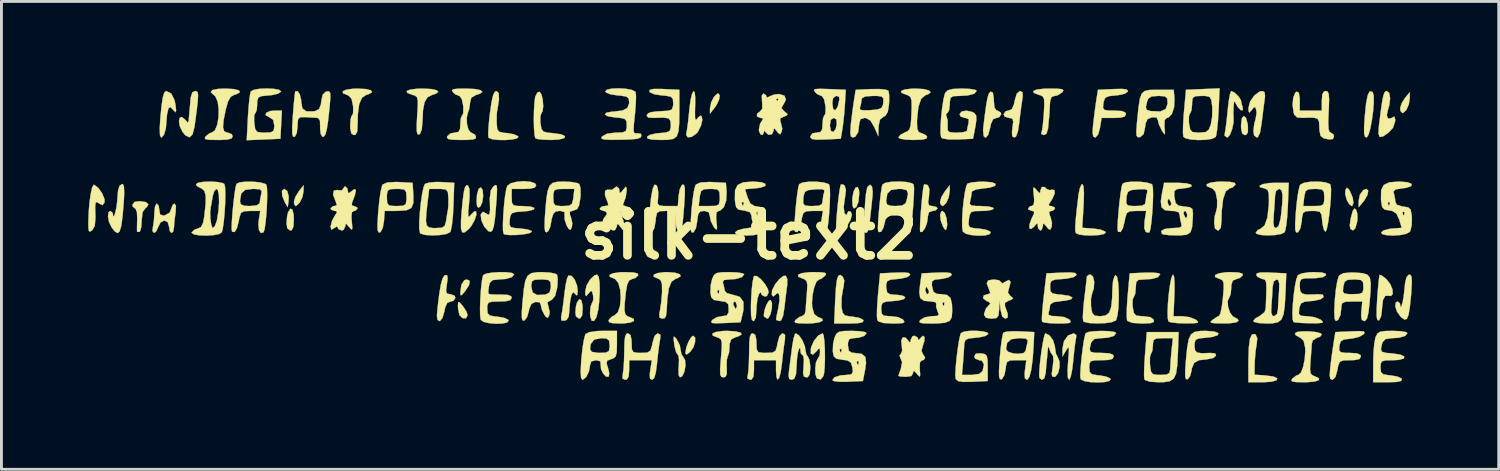
<source format=kicad_pcb>
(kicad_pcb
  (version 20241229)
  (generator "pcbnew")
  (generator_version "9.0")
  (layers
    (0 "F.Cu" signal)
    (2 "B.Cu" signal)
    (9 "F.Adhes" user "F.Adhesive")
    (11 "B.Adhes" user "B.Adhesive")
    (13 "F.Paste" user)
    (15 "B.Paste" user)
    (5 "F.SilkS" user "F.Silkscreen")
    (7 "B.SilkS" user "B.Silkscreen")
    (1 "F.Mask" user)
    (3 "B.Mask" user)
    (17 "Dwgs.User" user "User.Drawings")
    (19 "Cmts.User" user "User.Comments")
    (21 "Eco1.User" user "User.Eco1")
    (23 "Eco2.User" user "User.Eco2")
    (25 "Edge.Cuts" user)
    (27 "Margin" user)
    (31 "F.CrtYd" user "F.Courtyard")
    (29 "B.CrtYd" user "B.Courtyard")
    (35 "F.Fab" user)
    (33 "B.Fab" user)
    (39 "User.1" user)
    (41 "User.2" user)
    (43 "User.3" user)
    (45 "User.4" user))
  (footprint "silk-text2"
    (layer "F.Cu")
    (at 22.865 5.094)
    (property "Reference" "silk-text2" (at 0 0 0) (layer "F.SilkS") (effects (font (size 1.524 1.524) (thickness 0.3))))
    (attr through_hole)
    (fp_poly (pts (xy -15.976 -1.535) (xy -15.926 -1.345) (xy -15.934 -1.17) (xy -15.963 -0.974) (xy -16.067 -1.159) (xy -16.154 -1.374) (xy -16.161 -1.54) (xy -16.087 -1.609) (xy -16.084 -1.609) (xy -15.976 -1.535)) (stroke (width 0.01) (type solid)) (fill yes) (layer "F.SilkS"))
    (fp_poly (pts (xy -9.664 1.575) (xy -9.689 1.721) (xy -9.821 1.924) (xy -9.937 2.061) (xy -9.983 2.069) (xy -9.991 1.966) (xy -9.952 1.701) (xy -9.849 1.548) (xy -9.77 1.524) (xy -9.664 1.575)) (stroke (width 0.01) (type solid)) (fill yes) (layer "F.SilkS"))
    (fp_poly (pts (xy 21.419 -1.549) (xy 21.393 -1.402) (xy 21.286 -1.214) (xy 21.254 -1.174) (xy 21.088 -0.974) (xy 21.085 -1.19) (xy 21.13 -1.41) (xy 21.247 -1.568) (xy 21.353 -1.609) (xy 21.419 -1.549)) (stroke (width 0.01) (type solid)) (fill yes) (layer "F.SilkS"))
    (fp_poly (pts (xy -15.414 -1.524) (xy -15.454 -1.323) (xy -15.549 -1.134) (xy -15.661 -1.024) (xy -15.694 -1.016) (xy -15.739 -1.086) (xy -15.746 -1.164) (xy -15.695 -1.334) (xy -15.579 -1.524) (xy -15.413 -1.736) (xy -15.414 -1.524)) (stroke (width 0.01) (type solid)) (fill yes) (layer "F.SilkS"))
    (fp_poly (pts (xy -1.015 -4.848) (xy -1.039 -4.696) (xy -1.129 -4.505) (xy -1.185 -4.426) (xy -1.355 -4.21) (xy -1.352 -4.412) (xy -1.31 -4.609) (xy -1.214 -4.795) (xy -1.101 -4.903) (xy -1.07 -4.911) (xy -1.015 -4.848)) (stroke (width 0.01) (type solid)) (fill yes) (layer "F.SilkS"))
    (fp_poly (pts (xy 6.941 -1.54) (xy 6.906 -1.317) (xy 6.819 -1.122) (xy 6.71 -1.02) (xy 6.686 -1.016) (xy 6.617 -1.086) (xy 6.606 -1.164) (xy 6.657 -1.334) (xy 6.773 -1.524) (xy 6.939 -1.736) (xy 6.941 -1.54)) (stroke (width 0.01) (type solid)) (fill yes) (layer "F.SilkS"))
    (fp_poly (pts (xy 22.857 -4.757) (xy 22.823 -4.534) (xy 22.737 -4.34) (xy 22.627 -4.237) (xy 22.603 -4.233) (xy 22.535 -4.304) (xy 22.521 -4.393) (xy 22.574 -4.572) (xy 22.688 -4.753) (xy 22.854 -4.953) (xy 22.857 -4.757)) (stroke (width 0.01) (type solid)) (fill yes) (layer "F.SilkS"))
    (fp_poly (pts (xy -15.803 -0.899) (xy -15.758 -0.735) (xy -15.748 -0.55) (xy -15.765 -0.299) (xy -15.821 -0.185) (xy -15.875 -0.169) (xy -15.976 -0.245) (xy -16.002 -0.416) (xy -15.985 -0.645) (xy -15.951 -0.797) (xy -15.871 -0.925) (xy -15.803 -0.899)) (stroke (width 0.01) (type solid)) (fill yes) (layer "F.SilkS"))
    (fp_poly (pts (xy -9.217 -1.57) (xy -9.2 -1.358) (xy -9.233 -1.146) (xy -9.297 -1.001) (xy -9.367 -0.956) (xy -9.413 -1.018) (xy -9.427 -1.167) (xy -9.415 -1.391) (xy -9.413 -1.41) (xy -9.358 -1.612) (xy -9.281 -1.663) (xy -9.217 -1.57)) (stroke (width 0.01) (type solid)) (fill yes) (layer "F.SilkS"))
    (fp_poly (pts (xy -5.809 2.235) (xy -5.765 2.398) (xy -5.757 2.54) (xy -5.778 2.775) (xy -5.848 2.873) (xy -5.884 2.879) (xy -5.987 2.805) (xy -6.011 2.674) (xy -5.99 2.455) (xy -5.96 2.335) (xy -5.88 2.209) (xy -5.809 2.235)) (stroke (width 0.01) (type solid)) (fill yes) (layer "F.SilkS"))
    (fp_poly (pts (xy 0.792 2.343) (xy 0.786 2.531) (xy 0.74 2.726) (xy 0.668 2.858) (xy 0.626 2.879) (xy 0.52 2.811) (xy 0.508 2.757) (xy 0.537 2.575) (xy 0.605 2.389) (xy 0.686 2.258) (xy 0.745 2.233) (xy 0.792 2.343)) (stroke (width 0.01) (type solid)) (fill yes) (layer "F.SilkS"))
    (fp_poly (pts (xy 3.802 -1.569) (xy 3.81 -1.453) (xy 3.783 -1.161) (xy 3.708 -0.978) (xy 3.627 -0.931) (xy 3.583 -1.006) (xy 3.568 -1.194) (xy 3.572 -1.285) (xy 3.614 -1.517) (xy 3.683 -1.654) (xy 3.754 -1.677) (xy 3.802 -1.569)) (stroke (width 0.01) (type solid)) (fill yes) (layer "F.SilkS"))
    (fp_poly (pts (xy 6.769 -0.773) (xy 6.83 -0.597) (xy 6.852 -0.387) (xy 6.841 -0.282) (xy 6.808 -0.184) (xy 6.756 -0.226) (xy 6.706 -0.312) (xy 6.628 -0.518) (xy 6.608 -0.711) (xy 6.648 -0.831) (xy 6.687 -0.847) (xy 6.769 -0.773)) (stroke (width 0.01) (type solid)) (fill yes) (layer "F.SilkS"))
    (fp_poly (pts (xy 17.189 -4.067) (xy 17.247 -3.858) (xy 17.256 -3.782) (xy 17.256 -3.567) (xy 17.197 -3.479) (xy 17.15 -3.471) (xy 17.06 -3.521) (xy 17.022 -3.689) (xy 17.018 -3.817) (xy 17.046 -4.051) (xy 17.113 -4.133) (xy 17.189 -4.067)) (stroke (width 0.01) (type solid)) (fill yes) (layer "F.SilkS"))
    (fp_poly (pts (xy 20.749 -1.592) (xy 20.796 -1.513) (xy 20.883 -1.3) (xy 20.907 -1.118) (xy 20.864 -1.021) (xy 20.842 -1.016) (xy 20.758 -1.084) (xy 20.675 -1.227) (xy 20.62 -1.434) (xy 20.631 -1.575) (xy 20.682 -1.652) (xy 20.749 -1.592)) (stroke (width 0.01) (type solid)) (fill yes) (layer "F.SilkS"))
    (fp_poly (pts (xy 20.998 -0.893) (xy 21.04 -0.761) (xy 21.048 -0.574) (xy 21.036 -0.477) (xy 20.972 -0.246) (xy 20.891 -0.172) (xy 20.801 -0.224) (xy 20.779 -0.348) (xy 20.812 -0.584) (xy 20.88 -0.84) (xy 20.939 -0.931) (xy 20.998 -0.893)) (stroke (width 0.01) (type solid)) (fill yes) (layer "F.SilkS"))
    (fp_poly (pts (xy -10.022 2.309) (xy -9.908 2.438) (xy -9.903 2.444) (xy -9.784 2.623) (xy -9.737 2.761) (xy -9.791 2.863) (xy -9.907 2.864) (xy -10.012 2.77) (xy -10.024 2.745) (xy -10.066 2.548) (xy -10.073 2.427) (xy -10.064 2.306) (xy -10.022 2.309)) (stroke (width 0.01) (type solid)) (fill yes) (layer "F.SilkS"))
    (fp_poly (pts (xy -1.867 3.536) (xy -1.868 3.69) (xy -1.927 3.872) (xy -2.032 4.021) (xy -2.032 4.022) (xy -2.154 4.119) (xy -2.197 4.099) (xy -2.201 4.039) (xy -2.168 3.858) (xy -2.088 3.66) (xy -1.994 3.511) (xy -1.934 3.471) (xy -1.867 3.536)) (stroke (width 0.01) (type solid)) (fill yes) (layer "F.SilkS"))
    (fp_poly (pts (xy 21.557 -4.969) (xy 21.577 -4.949) (xy 21.61 -4.823) (xy 21.611 -4.59) (xy 21.587 -4.294) (xy 21.545 -3.98) (xy 21.49 -3.694) (xy 21.428 -3.482) (xy 21.367 -3.388) (xy 21.36 -3.387) (xy 21.305 -3.416) (xy 21.277 -3.524) (xy 21.275 -3.74) (xy 21.297 -4.092) (xy 21.3 -4.128) (xy 21.345 -4.571) (xy 21.401 -4.853) (xy 21.47 -4.983) (xy 21.557 -4.969)) (stroke (width 0.01) (type solid)) (fill yes) (layer "F.SilkS"))
    (fp_poly (pts (xy 17.521 3.426) (xy 17.581 3.559) (xy 17.56 3.755) (xy 17.521 4.01) (xy 17.495 4.324) (xy 17.492 4.42) (xy 17.484 4.819) (xy 17.858 4.843) (xy 18.145 4.884) (xy 18.272 4.946) (xy 18.246 5.012) (xy 18.07 5.062) (xy 17.787 5.08) (xy 17.272 5.08) (xy 17.273 4.339) (xy 17.287 3.881) (xy 17.326 3.58) (xy 17.395 3.428) (xy 17.496 3.413) (xy 17.521 3.426)) (stroke (width 0.01) (type solid)) (fill yes) (layer "F.SilkS"))
    (fp_poly (pts (xy -20.874 -1.155) (xy -20.782 -1.078) (xy -20.832 -0.98) (xy -20.879 -0.949) (xy -20.982 -0.806) (xy -21.013 -0.527) (xy -21.013 -0.522) (xy -21.027 -0.292) (xy -21.07 -0.144) (xy -21.087 -0.124) (xy -21.167 -0.123) (xy -21.175 -0.143) (xy -21.176 -0.264) (xy -21.171 -0.485) (xy -21.168 -0.572) (xy -21.178 -0.802) (xy -21.224 -0.923) (xy -21.245 -0.931) (xy -21.326 -1) (xy -21.336 -1.058) (xy -21.261 -1.159) (xy -21.087 -1.185) (xy -20.874 -1.155)) (stroke (width 0.01) (type solid)) (fill yes) (layer "F.SilkS"))
    (fp_poly (pts (xy -2.536 3.553) (xy -2.504 3.593) (xy -2.398 3.8) (xy -2.371 3.948) (xy -2.337 4.121) (xy -2.286 4.191) (xy -2.214 4.315) (xy -2.202 4.513) (xy -2.24 4.721) (xy -2.317 4.873) (xy -2.391 4.911) (xy -2.438 4.834) (xy -2.443 4.625) (xy -2.435 4.533) (xy -2.425 4.302) (xy -2.448 4.154) (xy -2.468 4.13) (xy -2.526 4.038) (xy -2.579 3.84) (xy -2.59 3.767) (xy -2.614 3.56) (xy -2.6 3.496) (xy -2.536 3.553)) (stroke (width 0.01) (type solid)) (fill yes) (layer "F.SilkS"))
    (fp_poly (pts (xy 3.236 1.424) (xy 3.293 1.554) (xy 3.269 1.776) (xy 3.25 1.849) (xy 3.201 2.154) (xy 3.197 2.458) (xy 3.199 2.48) (xy 3.235 2.676) (xy 3.317 2.768) (xy 3.498 2.804) (xy 3.579 2.811) (xy 3.803 2.85) (xy 3.943 2.918) (xy 3.959 2.942) (xy 3.927 3.004) (xy 3.768 3.038) (xy 3.468 3.048) (xy 2.943 3.048) (xy 2.978 2.247) (xy 3.003 1.817) (xy 3.038 1.538) (xy 3.087 1.394) (xy 3.156 1.367) (xy 3.236 1.424)) (stroke (width 0.01) (type solid)) (fill yes) (layer "F.SilkS"))
    (fp_poly (pts (xy 11.32 3.446) (xy 11.314 3.535) (xy 11.286 3.688) (xy 11.252 3.956) (xy 11.218 4.285) (xy 11.214 4.339) (xy 11.176 4.648) (xy 11.129 4.879) (xy 11.08 4.991) (xy 11.069 4.995) (xy 11.026 4.914) (xy 11.017 4.676) (xy 11.035 4.381) (xy 11.06 4.073) (xy 11.063 3.911) (xy 11.041 3.873) (xy 10.99 3.938) (xy 10.966 3.979) (xy 10.843 4.191) (xy 10.84 3.922) (xy 10.894 3.655) (xy 11.036 3.461) (xy 11.23 3.387) (xy 11.32 3.446)) (stroke (width 0.01) (type solid)) (fill yes) (layer "F.SilkS"))
    (fp_poly (pts (xy 21.889 1.389) (xy 22.031 1.502) (xy 22.056 1.524) (xy 22.185 1.692) (xy 22.258 1.874) (xy 22.267 2.024) (xy 22.206 2.096) (xy 22.143 2.087) (xy 22.009 2.091) (xy 21.929 2.234) (xy 21.895 2.529) (xy 21.894 2.568) (xy 21.865 2.793) (xy 21.802 2.928) (xy 21.781 2.942) (xy 21.732 2.921) (xy 21.709 2.801) (xy 21.709 2.559) (xy 21.729 2.187) (xy 21.756 1.84) (xy 21.782 1.562) (xy 21.805 1.393) (xy 21.814 1.361) (xy 21.889 1.389)) (stroke (width 0.01) (type solid)) (fill yes) (layer "F.SilkS"))
    (fp_poly (pts (xy -22.516 -1.645) (xy -22.382 -1.457) (xy -22.3 -1.258) (xy -22.299 -1.14) (xy -22.367 -1.045) (xy -22.477 -1.099) (xy -22.48 -1.101) (xy -22.563 -1.155) (xy -22.608 -1.125) (xy -22.623 -0.985) (xy -22.615 -0.709) (xy -22.611 -0.629) (xy -22.637 -0.324) (xy -22.727 -0.175) (xy -22.812 -0.124) (xy -22.85 -0.181) (xy -22.86 -0.374) (xy -22.86 -0.401) (xy -22.849 -0.773) (xy -22.82 -1.132) (xy -22.777 -1.439) (xy -22.727 -1.659) (xy -22.674 -1.754) (xy -22.662 -1.754) (xy -22.516 -1.645)) (stroke (width 0.01) (type solid)) (fill yes) (layer "F.SilkS"))
    (fp_poly (pts (xy -19.992 -4.911) (xy -19.877 -4.681) (xy -19.845 -4.523) (xy -19.823 -4.32) (xy -19.839 -4.26) (xy -19.905 -4.319) (xy -19.923 -4.342) (xy -20.022 -4.442) (xy -20.076 -4.407) (xy -20.098 -4.356) (xy -20.139 -4.167) (xy -20.152 -3.994) (xy -20.177 -3.706) (xy -20.239 -3.489) (xy -20.326 -3.389) (xy -20.341 -3.387) (xy -20.381 -3.468) (xy -20.389 -3.709) (xy -20.367 -4.075) (xy -20.324 -4.501) (xy -20.281 -4.781) (xy -20.233 -4.938) (xy -20.175 -4.993) (xy -20.163 -4.994) (xy -19.992 -4.911)) (stroke (width 0.01) (type solid)) (fill yes) (layer "F.SilkS"))
    (fp_poly (pts (xy -9.724 -1.728) (xy -9.673 -1.601) (xy -9.671 -1.312) (xy -9.688 -1.11) (xy -9.715 -0.819) (xy -9.716 -0.672) (xy -9.689 -0.644) (xy -9.627 -0.711) (xy -9.621 -0.72) (xy -9.51 -0.829) (xy -9.445 -0.837) (xy -9.432 -0.721) (xy -9.495 -0.53) (xy -9.607 -0.33) (xy -9.693 -0.225) (xy -9.837 -0.106) (xy -9.926 -0.104) (xy -9.967 -0.234) (xy -9.967 -0.508) (xy -9.951 -0.741) (xy -9.91 -1.191) (xy -9.871 -1.492) (xy -9.829 -1.667) (xy -9.779 -1.737) (xy -9.724 -1.728)) (stroke (width 0.01) (type solid)) (fill yes) (layer "F.SilkS"))
    (fp_poly (pts (xy -8.734 -1.726) (xy -8.72 -1.619) (xy -8.727 -1.397) (xy -8.753 -1.033) (xy -8.754 -1.016) (xy -8.791 -0.592) (xy -8.832 -0.316) (xy -8.882 -0.167) (xy -8.949 -0.122) (xy -9.026 -0.152) (xy -9.163 -0.304) (xy -9.261 -0.517) (xy -9.284 -0.707) (xy -9.277 -0.736) (xy -9.211 -0.82) (xy -9.101 -0.761) (xy -9.022 -0.713) (xy -8.978 -0.749) (xy -8.962 -0.894) (xy -8.968 -1.175) (xy -8.972 -1.276) (xy -8.934 -1.563) (xy -8.84 -1.7) (xy -8.773 -1.744) (xy -8.734 -1.726)) (stroke (width 0.01) (type solid)) (fill yes) (layer "F.SilkS"))
    (fp_poly (pts (xy 8.434 -4.935) (xy 8.465 -4.744) (xy 8.467 -4.664) (xy 8.487 -4.426) (xy 8.554 -4.326) (xy 8.594 -4.318) (xy 8.706 -4.25) (xy 8.721 -4.191) (xy 8.651 -4.087) (xy 8.559 -4.064) (xy 8.441 -4.019) (xy 8.367 -3.858) (xy 8.34 -3.725) (xy 8.268 -3.474) (xy 8.183 -3.377) (xy 8.116 -3.433) (xy 8.094 -3.637) (xy 8.103 -3.747) (xy 8.162 -4.227) (xy 8.211 -4.564) (xy 8.254 -4.783) (xy 8.296 -4.908) (xy 8.343 -4.966) (xy 8.361 -4.974) (xy 8.434 -4.935)) (stroke (width 0.01) (type solid)) (fill yes) (layer "F.SilkS"))
    (fp_poly (pts (xy 11.57 -1.695) (xy 11.585 -1.452) (xy 11.572 -1.054) (xy 11.57 -1.02) (xy 11.525 -0.263) (xy 11.915 -0.237) (xy 12.157 -0.201) (xy 12.314 -0.138) (xy 12.341 -0.106) (xy 12.286 -0.051) (xy 12.115 -0.014) (xy 11.88 0.003) (xy 11.632 -0.001) (xy 11.425 -0.027) (xy 11.309 -0.076) (xy 11.305 -0.082) (xy 11.285 -0.158) (xy 11.283 -0.31) (xy 11.301 -0.561) (xy 11.339 -0.935) (xy 11.397 -1.418) (xy 11.442 -1.638) (xy 11.503 -1.765) (xy 11.528 -1.778) (xy 11.57 -1.695)) (stroke (width 0.01) (type solid)) (fill yes) (layer "F.SilkS"))
    (fp_poly (pts (xy 14.701 1.433) (xy 14.718 1.642) (xy 14.718 1.946) (xy 14.714 2.074) (xy 14.681 2.794) (xy 14.987 2.794) (xy 15.241 2.828) (xy 15.446 2.911) (xy 15.457 2.918) (xy 15.532 2.987) (xy 15.513 3.024) (xy 15.373 3.04) (xy 15.113 3.044) (xy 14.826 3.035) (xy 14.605 3.01) (xy 14.515 2.983) (xy 14.484 2.879) (xy 14.477 2.659) (xy 14.489 2.366) (xy 14.516 2.047) (xy 14.555 1.744) (xy 14.601 1.503) (xy 14.649 1.369) (xy 14.669 1.355) (xy 14.701 1.433)) (stroke (width 0.01) (type solid)) (fill yes) (layer "F.SilkS"))
    (fp_poly (pts (xy 22.147 -4.923) (xy 22.176 -4.743) (xy 22.149 -4.508) (xy 22.104 -4.36) (xy 22.061 -4.164) (xy 22.098 -4.047) (xy 22.198 -4.047) (xy 22.235 -4.072) (xy 22.321 -4.113) (xy 22.351 -4.018) (xy 22.352 -3.954) (xy 22.276 -3.722) (xy 22.129 -3.562) (xy 21.926 -3.422) (xy 21.811 -3.408) (xy 21.771 -3.533) (xy 21.79 -3.809) (xy 21.793 -3.831) (xy 21.852 -4.297) (xy 21.899 -4.62) (xy 21.939 -4.825) (xy 21.979 -4.939) (xy 22.023 -4.987) (xy 22.065 -4.995) (xy 22.147 -4.923)) (stroke (width 0.01) (type solid)) (fill yes) (layer "F.SilkS"))
    (fp_poly (pts (xy -21.628 -1.698) (xy -21.617 -1.47) (xy -21.634 -1.122) (xy -21.677 -0.641) (xy -21.723 -0.316) (xy -21.779 -0.134) (xy -21.851 -0.08) (xy -21.947 -0.141) (xy -22.051 -0.273) (xy -22.143 -0.464) (xy -22.18 -0.662) (xy -22.157 -0.807) (xy -22.098 -0.847) (xy -22.018 -0.78) (xy -22.012 -0.741) (xy -21.997 -0.649) (xy -21.962 -0.686) (xy -21.92 -0.817) (xy -21.881 -1.003) (xy -21.858 -1.21) (xy -21.857 -1.242) (xy -21.832 -1.548) (xy -21.781 -1.716) (xy -21.693 -1.776) (xy -21.666 -1.778) (xy -21.628 -1.698)) (stroke (width 0.01) (type solid)) (fill yes) (layer "F.SilkS"))
    (fp_poly (pts (xy -10.442 1.384) (xy -10.43 1.504) (xy -10.455 1.683) (xy -10.483 1.904) (xy -10.459 2.005) (xy -10.366 2.032) (xy -10.337 2.032) (xy -10.193 2.083) (xy -10.16 2.159) (xy -10.23 2.263) (xy -10.322 2.286) (xy -10.44 2.331) (xy -10.514 2.492) (xy -10.541 2.625) (xy -10.606 2.853) (xy -10.695 2.96) (xy -10.714 2.963) (xy -10.78 2.923) (xy -10.8 2.782) (xy -10.78 2.519) (xy -10.721 2.04) (xy -10.666 1.708) (xy -10.61 1.501) (xy -10.546 1.395) (xy -10.509 1.372) (xy -10.442 1.384)) (stroke (width 0.01) (type solid)) (fill yes) (layer "F.SilkS"))
    (fp_poly (pts (xy -6.14 1.401) (xy -6.031 1.533) (xy -5.952 1.736) (xy -5.931 1.905) (xy -5.942 2.064) (xy -5.984 2.068) (xy -6.008 2.034) (xy -6.079 1.961) (xy -6.136 2.04) (xy -6.148 2.068) (xy -6.189 2.254) (xy -6.214 2.514) (xy -6.216 2.572) (xy -6.24 2.809) (xy -6.313 2.923) (xy -6.382 2.949) (xy -6.495 2.942) (xy -6.505 2.83) (xy -6.495 2.781) (xy -6.462 2.595) (xy -6.422 2.306) (xy -6.389 2.01) (xy -6.348 1.714) (xy -6.298 1.49) (xy -6.25 1.387) (xy -6.14 1.401)) (stroke (width 0.01) (type solid)) (fill yes) (layer "F.SilkS"))
    (fp_poly (pts (xy -5.203 1.433) (xy -5.172 1.644) (xy -5.167 1.954) (xy -5.19 2.328) (xy -5.219 2.571) (xy -5.281 2.827) (xy -5.364 2.957) (xy -5.443 2.953) (xy -5.495 2.805) (xy -5.503 2.672) (xy -5.484 2.463) (xy -5.437 2.341) (xy -5.43 2.335) (xy -5.389 2.228) (xy -5.398 2.074) (xy -5.436 1.928) (xy -5.491 1.933) (xy -5.553 2.009) (xy -5.636 2.101) (xy -5.666 2.053) (xy -5.67 1.939) (xy -5.621 1.728) (xy -5.499 1.522) (xy -5.347 1.381) (xy -5.261 1.355) (xy -5.203 1.433)) (stroke (width 0.01) (type solid)) (fill yes) (layer "F.SilkS"))
    (fp_poly (pts (xy -1.884 -4.956) (xy -1.863 -4.777) (xy -1.864 -4.593) (xy -1.873 -4.256) (xy -1.869 -4.064) (xy -1.849 -3.994) (xy -1.808 -4.022) (xy -1.781 -4.062) (xy -1.688 -4.14) (xy -1.645 -4.129) (xy -1.618 -3.999) (xy -1.664 -3.799) (xy -1.763 -3.599) (xy -1.827 -3.52) (xy -1.989 -3.408) (xy -2.122 -3.394) (xy -2.179 -3.478) (xy -2.17 -3.535) (xy -2.142 -3.688) (xy -2.108 -3.956) (xy -2.074 -4.285) (xy -2.07 -4.339) (xy -2.028 -4.669) (xy -1.977 -4.889) (xy -1.925 -4.989) (xy -1.884 -4.956)) (stroke (width 0.01) (type solid)) (fill yes) (layer "F.SilkS"))
    (fp_poly (pts (xy 0.269 1.407) (xy 0.407 1.514) (xy 0.547 1.678) (xy 0.65 1.855) (xy 0.677 1.968) (xy 0.618 2.094) (xy 0.55 2.117) (xy 0.437 2.06) (xy 0.422 2.011) (xy 0.393 1.967) (xy 0.339 2.032) (xy 0.289 2.19) (xy 0.259 2.44) (xy 0.255 2.561) (xy 0.233 2.839) (xy 0.169 2.959) (xy 0.148 2.964) (xy 0.096 2.916) (xy 0.068 2.757) (xy 0.063 2.465) (xy 0.069 2.223) (xy 0.09 1.88) (xy 0.122 1.602) (xy 0.159 1.431) (xy 0.174 1.403) (xy 0.269 1.407)) (stroke (width 0.01) (type solid)) (fill yes) (layer "F.SilkS"))
    (fp_poly (pts (xy 17.831 -4.959) (xy 17.849 -4.824) (xy 17.832 -4.678) (xy 17.795 -4.407) (xy 17.753 -4.066) (xy 17.73 -3.873) (xy 17.677 -3.56) (xy 17.604 -3.406) (xy 17.559 -3.387) (xy 17.469 -3.461) (xy 17.447 -3.619) (xy 17.476 -3.862) (xy 17.519 -4.02) (xy 17.556 -4.231) (xy 17.545 -4.34) (xy 17.506 -4.444) (xy 17.445 -4.41) (xy 17.391 -4.341) (xy 17.308 -4.248) (xy 17.279 -4.297) (xy 17.275 -4.408) (xy 17.331 -4.629) (xy 17.474 -4.837) (xy 17.654 -4.973) (xy 17.748 -4.995) (xy 17.831 -4.959)) (stroke (width 0.01) (type solid)) (fill yes) (layer "F.SilkS"))
    (fp_poly (pts (xy 22.913 1.412) (xy 22.928 1.597) (xy 22.912 1.925) (xy 22.902 2.053) (xy 22.859 2.477) (xy 22.813 2.75) (xy 22.755 2.889) (xy 22.676 2.913) (xy 22.568 2.839) (xy 22.533 2.805) (xy 22.412 2.634) (xy 22.355 2.455) (xy 22.371 2.322) (xy 22.437 2.286) (xy 22.517 2.352) (xy 22.521 2.385) (xy 22.535 2.481) (xy 22.568 2.446) (xy 22.608 2.313) (xy 22.644 2.117) (xy 22.66 1.971) (xy 22.695 1.642) (xy 22.741 1.451) (xy 22.809 1.367) (xy 22.866 1.355) (xy 22.913 1.412)) (stroke (width 0.01) (type solid)) (fill yes) (layer "F.SilkS"))
    (fp_poly (pts (xy -19.109 -4.986) (xy -19.074 -4.942) (xy -19.062 -4.837) (xy -19.073 -4.648) (xy -19.107 -4.349) (xy -19.165 -3.915) (xy -19.188 -3.747) (xy -19.256 -3.488) (xy -19.362 -3.393) (xy -19.502 -3.462) (xy -19.596 -3.575) (xy -19.692 -3.767) (xy -19.724 -3.943) (xy -19.699 -4.067) (xy -19.625 -4.1) (xy -19.51 -4.005) (xy -19.506 -3.999) (xy -19.419 -3.902) (xy -19.389 -3.951) (xy -19.383 -4.022) (xy -19.364 -4.259) (xy -19.354 -4.36) (xy -19.334 -4.578) (xy -19.32 -4.763) (xy -19.262 -4.95) (xy -19.166 -4.995) (xy -19.109 -4.986)) (stroke (width 0.01) (type solid)) (fill yes) (layer "F.SilkS"))
    (fp_poly (pts (xy -10.995 -5.064) (xy -10.807 -5.022) (xy -10.752 -4.964) (xy -10.845 -4.898) (xy -10.961 -4.862) (xy -11.124 -4.779) (xy -11.227 -4.611) (xy -11.281 -4.329) (xy -11.297 -3.987) (xy -11.323 -3.668) (xy -11.389 -3.507) (xy -11.416 -3.49) (xy -11.471 -3.503) (xy -11.498 -3.608) (xy -11.5 -3.831) (xy -11.483 -4.131) (xy -11.463 -4.468) (xy -11.463 -4.673) (xy -11.492 -4.783) (xy -11.558 -4.836) (xy -11.645 -4.862) (xy -11.824 -4.929) (xy -11.847 -4.992) (xy -11.728 -5.044) (xy -11.483 -5.075) (xy -11.303 -5.08) (xy -10.995 -5.064)) (stroke (width 0.01) (type solid)) (fill yes) (layer "F.SilkS"))
    (fp_poly (pts (xy 4.252 -1.688) (xy 4.276 -1.503) (xy 4.27 -1.376) (xy 4.216 -0.856) (xy 4.174 -0.486) (xy 4.135 -0.247) (xy 4.094 -0.119) (xy 4.044 -0.084) (xy 3.977 -0.122) (xy 3.887 -0.216) (xy 3.865 -0.24) (xy 3.762 -0.439) (xy 3.728 -0.642) (xy 3.737 -0.807) (xy 3.775 -0.821) (xy 3.855 -0.725) (xy 3.95 -0.626) (xy 3.986 -0.672) (xy 3.987 -0.682) (xy 3.996 -0.837) (xy 4.011 -1.085) (xy 4.018 -1.196) (xy 4.044 -1.453) (xy 4.083 -1.642) (xy 4.101 -1.685) (xy 4.188 -1.757) (xy 4.252 -1.688)) (stroke (width 0.01) (type solid)) (fill yes) (layer "F.SilkS"))
    (fp_poly (pts (xy 9.457 -4.955) (xy 9.466 -4.807) (xy 9.453 -4.72) (xy 9.418 -4.484) (xy 9.376 -4.161) (xy 9.348 -3.916) (xy 9.298 -3.59) (xy 9.232 -3.42) (xy 9.174 -3.387) (xy 9.103 -3.429) (xy 9.093 -3.579) (xy 9.111 -3.725) (xy 9.137 -3.942) (xy 9.108 -4.039) (xy 9.008 -4.064) (xy 8.985 -4.064) (xy 8.839 -4.114) (xy 8.805 -4.191) (xy 8.875 -4.295) (xy 8.967 -4.318) (xy 9.085 -4.363) (xy 9.159 -4.524) (xy 9.186 -4.657) (xy 9.26 -4.905) (xy 9.366 -4.995) (xy 9.373 -4.995) (xy 9.457 -4.955)) (stroke (width 0.01) (type solid)) (fill yes) (layer "F.SilkS"))
    (fp_poly (pts (xy 1.321 1.511) (xy 1.32 1.71) (xy 1.318 1.721) (xy 1.286 1.96) (xy 1.247 2.279) (xy 1.225 2.477) (xy 1.176 2.783) (xy 1.108 2.937) (xy 1.052 2.963) (xy 0.945 2.928) (xy 0.933 2.9) (xy 0.952 2.783) (xy 0.997 2.572) (xy 1.011 2.509) (xy 1.05 2.263) (xy 1.045 2.078) (xy 1.005 1.987) (xy 0.936 2.026) (xy 0.924 2.044) (xy 0.838 2.114) (xy 0.783 2.055) (xy 0.794 1.906) (xy 0.799 1.89) (xy 0.901 1.69) (xy 1.044 1.513) (xy 1.186 1.404) (xy 1.27 1.397) (xy 1.321 1.511)) (stroke (width 0.01) (type solid)) (fill yes) (layer "F.SilkS"))
    (fp_poly (pts (xy 3.264 -1.756) (xy 3.307 -1.722) (xy 3.351 -1.566) (xy 3.311 -1.268) (xy 3.311 -1.267) (xy 3.272 -0.978) (xy 3.297 -0.782) (xy 3.305 -0.766) (xy 3.369 -0.697) (xy 3.384 -0.741) (xy 3.432 -0.838) (xy 3.516 -0.823) (xy 3.556 -0.717) (xy 3.51 -0.535) (xy 3.396 -0.349) (xy 3.252 -0.198) (xy 3.113 -0.119) (xy 3.017 -0.151) (xy 3.017 -0.152) (xy 3.008 -0.259) (xy 3.017 -0.486) (xy 3.04 -0.786) (xy 3.072 -1.111) (xy 3.108 -1.413) (xy 3.144 -1.646) (xy 3.174 -1.762) (xy 3.177 -1.766) (xy 3.264 -1.756)) (stroke (width 0.01) (type solid)) (fill yes) (layer "F.SilkS"))
    (fp_poly (pts (xy 6.141 -1.756) (xy 6.181 -1.735) (xy 6.238 -1.605) (xy 6.222 -1.346) (xy 6.195 -1.133) (xy 6.226 -1.039) (xy 6.329 -1.016) (xy 6.343 -1.016) (xy 6.484 -0.982) (xy 6.519 -0.931) (xy 6.448 -0.863) (xy 6.35 -0.847) (xy 6.223 -0.803) (xy 6.181 -0.646) (xy 6.181 -0.609) (xy 6.15 -0.415) (xy 6.077 -0.235) (xy 5.989 -0.122) (xy 5.92 -0.119) (xy 5.911 -0.214) (xy 5.917 -0.432) (xy 5.934 -0.726) (xy 5.96 -1.05) (xy 5.99 -1.36) (xy 6.02 -1.608) (xy 6.047 -1.75) (xy 6.055 -1.765) (xy 6.141 -1.756)) (stroke (width 0.01) (type solid)) (fill yes) (layer "F.SilkS"))
    (fp_poly (pts (xy -2.564 1.29) (xy -2.4 1.341) (xy -2.363 1.408) (xy -2.472 1.479) (xy -2.541 1.5) (xy -2.684 1.602) (xy -2.778 1.83) (xy -2.829 2.202) (xy -2.836 2.324) (xy -2.852 2.622) (xy -2.876 2.788) (xy -2.919 2.861) (xy -2.994 2.878) (xy -3.012 2.879) (xy -3.098 2.845) (xy -3.107 2.717) (xy -3.085 2.603) (xy -3.044 2.342) (xy -3.015 2.024) (xy -3.011 1.932) (xy -3.016 1.676) (xy -3.064 1.544) (xy -3.15 1.495) (xy -3.299 1.429) (xy -3.299 1.36) (xy -3.17 1.303) (xy -2.932 1.272) (xy -2.836 1.27) (xy -2.564 1.29)) (stroke (width 0.01) (type solid)) (fill yes) (layer "F.SilkS"))
    (fp_poly (pts (xy 2.58 3.464) (xy 2.605 3.663) (xy 2.62 3.939) (xy 2.624 4.246) (xy 2.616 4.537) (xy 2.595 4.765) (xy 2.573 4.861) (xy 2.476 4.987) (xy 2.352 4.948) (xy 2.342 4.939) (xy 2.297 4.809) (xy 2.288 4.602) (xy 2.312 4.399) (xy 2.367 4.278) (xy 2.371 4.276) (xy 2.438 4.158) (xy 2.453 4.038) (xy 2.443 3.909) (xy 2.395 3.928) (xy 2.327 4.015) (xy 2.203 4.126) (xy 2.134 4.087) (xy 2.137 3.914) (xy 2.149 3.862) (xy 2.245 3.644) (xy 2.391 3.466) (xy 2.538 3.387) (xy 2.546 3.387) (xy 2.58 3.464)) (stroke (width 0.01) (type solid)) (fill yes) (layer "F.SilkS"))
    (fp_poly (pts (xy 16.648 -1.852) (xy 16.801 -1.817) (xy 16.828 -1.757) (xy 16.725 -1.659) (xy 16.62 -1.625) (xy 16.489 -1.522) (xy 16.399 -1.259) (xy 16.35 -0.842) (xy 16.341 -0.496) (xy 16.318 -0.265) (xy 16.244 -0.173) (xy 16.214 -0.169) (xy 16.117 -0.238) (xy 16.088 -0.445) (xy 16.108 -0.668) (xy 16.154 -0.821) (xy 16.154 -0.822) (xy 16.188 -0.967) (xy 16.192 -1.198) (xy 16.187 -1.258) (xy 16.135 -1.507) (xy 16.028 -1.624) (xy 15.994 -1.635) (xy 15.837 -1.702) (xy 15.831 -1.769) (xy 15.957 -1.825) (xy 16.197 -1.858) (xy 16.348 -1.863) (xy 16.648 -1.852)) (stroke (width 0.01) (type solid)) (fill yes) (layer "F.SilkS"))
    (fp_poly (pts (xy -13.254 -5.063) (xy -13.081 -5.019) (xy -13.041 -4.958) (xy -13.15 -4.89) (xy -13.242 -4.863) (xy -13.392 -4.763) (xy -13.489 -4.542) (xy -13.536 -4.185) (xy -13.543 -3.831) (xy -13.557 -3.591) (xy -13.615 -3.485) (xy -13.67 -3.471) (xy -13.76 -3.523) (xy -13.798 -3.697) (xy -13.801 -3.81) (xy -13.786 -4.022) (xy -13.75 -4.14) (xy -13.735 -4.149) (xy -13.701 -4.223) (xy -13.696 -4.409) (xy -13.701 -4.48) (xy -13.754 -4.727) (xy -13.863 -4.842) (xy -13.893 -4.853) (xy -14.05 -4.919) (xy -14.056 -4.987) (xy -13.93 -5.043) (xy -13.69 -5.076) (xy -13.547 -5.08) (xy -13.254 -5.063)) (stroke (width 0.01) (type solid)) (fill yes) (layer "F.SilkS"))
    (fp_poly (pts (xy -8.662 -4.919) (xy -8.652 -4.696) (xy -8.709 -4.334) (xy -8.722 -4.276) (xy -8.732 -4.14) (xy -8.732 -3.918) (xy -8.731 -3.878) (xy -8.714 -3.68) (xy -8.648 -3.586) (xy -8.485 -3.549) (xy -8.367 -3.54) (xy -8.14 -3.5) (xy -7.998 -3.434) (xy -7.979 -3.408) (xy -8.034 -3.353) (xy -8.205 -3.317) (xy -8.441 -3.299) (xy -8.688 -3.303) (xy -8.895 -3.329) (xy -9.011 -3.377) (xy -9.015 -3.383) (xy -9.026 -3.498) (xy -9.016 -3.738) (xy -8.986 -4.06) (xy -8.966 -4.229) (xy -8.91 -4.614) (xy -8.855 -4.853) (xy -8.794 -4.972) (xy -8.741 -4.995) (xy -8.662 -4.919)) (stroke (width 0.01) (type solid)) (fill yes) (layer "F.SilkS"))
    (fp_poly (pts (xy -7.181 -4.873) (xy -7.137 -4.679) (xy -7.123 -4.461) (xy -7.146 -4.29) (xy -7.178 -4.242) (xy -7.219 -4.132) (xy -7.222 -3.927) (xy -7.217 -3.878) (xy -7.184 -3.686) (xy -7.113 -3.59) (xy -6.953 -3.552) (xy -6.792 -3.539) (xy -6.5 -3.497) (xy -6.368 -3.434) (xy -6.393 -3.368) (xy -6.572 -3.318) (xy -6.837 -3.302) (xy -7.114 -3.311) (xy -7.319 -3.334) (xy -7.394 -3.358) (xy -7.423 -3.469) (xy -7.441 -3.699) (xy -7.448 -3.996) (xy -7.443 -4.312) (xy -7.427 -4.595) (xy -7.4 -4.795) (xy -7.396 -4.808) (xy -7.323 -4.945) (xy -7.249 -4.971) (xy -7.181 -4.873)) (stroke (width 0.01) (type solid)) (fill yes) (layer "F.SilkS"))
    (fp_poly (pts (xy 16.801 -4.936) (xy 16.935 -4.805) (xy 17.015 -4.677) (xy 17.018 -4.658) (xy 17.046 -4.522) (xy 17.069 -4.452) (xy 17.083 -4.336) (xy 17.02 -4.328) (xy 16.923 -4.416) (xy 16.867 -4.508) (xy 16.802 -4.63) (xy 16.774 -4.608) (xy 16.76 -4.445) (xy 16.753 -4.238) (xy 16.759 -4.113) (xy 16.76 -3.914) (xy 16.714 -3.686) (xy 16.64 -3.491) (xy 16.556 -3.39) (xy 16.539 -3.387) (xy 16.45 -3.446) (xy 16.457 -3.535) (xy 16.484 -3.688) (xy 16.518 -3.956) (xy 16.552 -4.285) (xy 16.557 -4.339) (xy 16.592 -4.648) (xy 16.634 -4.879) (xy 16.675 -4.991) (xy 16.683 -4.995) (xy 16.801 -4.936)) (stroke (width 0.01) (type solid)) (fill yes) (layer "F.SilkS"))
    (fp_poly (pts (xy -0.468 3.319) (xy -0.295 3.364) (xy -0.258 3.425) (xy -0.37 3.493) (xy -0.466 3.521) (xy -0.618 3.595) (xy -0.673 3.749) (xy -0.677 3.847) (xy -0.694 4.055) (xy -0.736 4.179) (xy -0.737 4.18) (xy -0.77 4.296) (xy -0.777 4.51) (xy -0.773 4.576) (xy -0.772 4.798) (xy -0.821 4.895) (xy -0.891 4.911) (xy -0.961 4.893) (xy -0.997 4.817) (xy -1.004 4.649) (xy -0.984 4.357) (xy -0.975 4.245) (xy -0.948 3.912) (xy -0.946 3.71) (xy -0.973 3.602) (xy -1.037 3.551) (xy -1.093 3.533) (xy -1.258 3.465) (xy -1.271 3.396) (xy -1.149 3.34) (xy -0.909 3.306) (xy -0.762 3.302) (xy -0.468 3.319)) (stroke (width 0.01) (type solid)) (fill yes) (layer "F.SilkS"))
    (fp_poly (pts (xy 10.677 -5.075) (xy 10.832 -5.057) (xy 10.874 -5.016) (xy 10.837 -4.953) (xy 10.67 -4.844) (xy 10.573 -4.826) (xy 10.464 -4.789) (xy 10.415 -4.65) (xy 10.405 -4.508) (xy 10.394 -4.264) (xy 10.379 -4.08) (xy 10.377 -4.064) (xy 10.358 -3.885) (xy 10.344 -3.704) (xy 10.289 -3.519) (xy 10.197 -3.471) (xy 10.107 -3.508) (xy 10.112 -3.547) (xy 10.14 -3.664) (xy 10.17 -3.9) (xy 10.195 -4.204) (xy 10.196 -4.216) (xy 10.212 -4.527) (xy 10.205 -4.71) (xy 10.164 -4.803) (xy 10.078 -4.848) (xy 10.027 -4.862) (xy 9.85 -4.929) (xy 9.827 -4.992) (xy 9.946 -5.044) (xy 10.192 -5.075) (xy 10.382 -5.08) (xy 10.677 -5.075)) (stroke (width 0.01) (type solid)) (fill yes) (layer "F.SilkS"))
    (fp_poly (pts (xy -19.828 -1.025) (xy -19.838 -0.812) (xy -19.842 -0.783) (xy -19.878 -0.518) (xy -19.895 -0.293) (xy -19.896 -0.275) (xy -19.928 -0.126) (xy -19.981 -0.085) (xy -20.045 -0.157) (xy -20.066 -0.296) (xy -20.117 -0.465) (xy -20.235 -0.515) (xy -20.363 -0.447) (xy -20.439 -0.296) (xy -20.511 -0.138) (xy -20.585 -0.085) (xy -20.641 -0.153) (xy -20.627 -0.275) (xy -20.592 -0.49) (xy -20.575 -0.759) (xy -20.575 -0.783) (xy -20.554 -0.987) (xy -20.505 -1.095) (xy -20.489 -1.101) (xy -20.426 -1.028) (xy -20.405 -0.883) (xy -20.377 -0.725) (xy -20.265 -0.687) (xy -20.214 -0.693) (xy -20.043 -0.789) (xy -19.997 -0.91) (xy -19.941 -1.059) (xy -19.88 -1.101) (xy -19.828 -1.025)) (stroke (width 0.01) (type solid)) (fill yes) (layer "F.SilkS"))
    (fp_poly (pts (xy 13.064 -5.048) (xy 13.108 -4.996) (xy 13.104 -4.978) (xy 13.002 -4.904) (xy 12.782 -4.853) (xy 12.681 -4.843) (xy 12.442 -4.817) (xy 12.321 -4.76) (xy 12.27 -4.638) (xy 12.258 -4.568) (xy 12.244 -4.418) (xy 12.288 -4.345) (xy 12.43 -4.32) (xy 12.63 -4.318) (xy 12.891 -4.303) (xy 13.016 -4.253) (xy 13.039 -4.191) (xy 12.993 -4.111) (xy 12.836 -4.072) (xy 12.616 -4.064) (xy 12.194 -4.064) (xy 12.14 -3.725) (xy 12.076 -3.494) (xy 11.986 -3.389) (xy 11.969 -3.387) (xy 11.905 -3.423) (xy 11.883 -3.553) (xy 11.899 -3.809) (xy 11.906 -3.873) (xy 11.947 -4.216) (xy 11.992 -4.551) (xy 12.015 -4.699) (xy 12.069 -5.038) (xy 12.605 -5.063) (xy 12.905 -5.069) (xy 13.064 -5.048)) (stroke (width 0.01) (type solid)) (fill yes) (layer "F.SilkS"))
    (fp_poly (pts (xy 14.161 1.307) (xy 14.224 1.342) (xy 14.145 1.444) (xy 13.925 1.507) (xy 13.667 1.524) (xy 13.471 1.538) (xy 13.392 1.615) (xy 13.377 1.808) (xy 13.377 1.813) (xy 13.359 2.015) (xy 13.313 2.127) (xy 13.306 2.131) (xy 13.269 2.224) (xy 13.267 2.42) (xy 13.273 2.477) (xy 13.31 2.684) (xy 13.392 2.773) (xy 13.573 2.794) (xy 13.632 2.794) (xy 13.888 2.829) (xy 14.001 2.921) (xy 13.999 2.995) (xy 13.9 3.034) (xy 13.673 3.047) (xy 13.584 3.048) (xy 13.257 3.026) (xy 13.093 2.962) (xy 13.074 2.934) (xy 13.062 2.803) (xy 13.066 2.548) (xy 13.086 2.217) (xy 13.098 2.066) (xy 13.166 1.312) (xy 13.695 1.287) (xy 13.97 1.286) (xy 14.161 1.307)) (stroke (width 0.01) (type solid)) (fill yes) (layer "F.SilkS"))
    (fp_poly (pts (xy -17.828 -5.063) (xy -17.653 -5.019) (xy -17.611 -4.958) (xy -17.715 -4.892) (xy -17.804 -4.865) (xy -17.933 -4.795) (xy -18.026 -4.634) (xy -18.1 -4.374) (xy -18.179 -3.99) (xy -18.2 -3.741) (xy -18.161 -3.605) (xy -18.06 -3.557) (xy -18.034 -3.556) (xy -17.896 -3.503) (xy -17.865 -3.429) (xy -17.903 -3.356) (xy -18.04 -3.316) (xy -18.306 -3.302) (xy -18.383 -3.302) (xy -18.664 -3.307) (xy -18.804 -3.328) (xy -18.832 -3.373) (xy -18.796 -3.429) (xy -18.663 -3.536) (xy -18.595 -3.556) (xy -18.481 -3.631) (xy -18.401 -3.825) (xy -18.356 -4.088) (xy -18.35 -4.372) (xy -18.386 -4.63) (xy -18.467 -4.811) (xy -18.513 -4.851) (xy -18.624 -4.954) (xy -18.573 -5.028) (xy -18.366 -5.07) (xy -18.119 -5.08) (xy -17.828 -5.063)) (stroke (width 0.01) (type solid)) (fill yes) (layer "F.SilkS"))
    (fp_poly (pts (xy 16.098 3.326) (xy 16.236 3.383) (xy 16.212 3.452) (xy 16.026 3.513) (xy 15.805 3.539) (xy 15.565 3.563) (xy 15.449 3.613) (xy 15.412 3.72) (xy 15.409 3.815) (xy 15.425 3.97) (xy 15.496 4.051) (xy 15.662 4.077) (xy 15.948 4.066) (xy 16.123 4.08) (xy 16.153 4.16) (xy 16.153 4.162) (xy 16.05 4.245) (xy 15.856 4.284) (xy 15.561 4.318) (xy 15.394 4.412) (xy 15.319 4.593) (xy 15.309 4.666) (xy 15.258 4.866) (xy 15.172 4.976) (xy 15.167 4.978) (xy 15.112 4.969) (xy 15.086 4.876) (xy 15.086 4.672) (xy 15.111 4.329) (xy 15.113 4.307) (xy 15.155 3.882) (xy 15.207 3.597) (xy 15.287 3.425) (xy 15.415 3.337) (xy 15.61 3.306) (xy 15.8 3.302) (xy 16.098 3.326)) (stroke (width 0.01) (type solid)) (fill yes) (layer "F.SilkS"))
    (fp_poly (pts (xy -4.01 1.281) (xy -3.858 1.316) (xy -3.831 1.376) (xy -3.934 1.474) (xy -4.038 1.507) (xy -4.147 1.556) (xy -4.214 1.688) (xy -4.26 1.944) (xy -4.264 1.973) (xy -4.303 2.347) (xy -4.311 2.587) (xy -4.283 2.725) (xy -4.213 2.795) (xy -4.149 2.819) (xy -3.99 2.887) (xy -3.982 2.957) (xy -4.107 3.015) (xy -4.346 3.046) (xy -4.442 3.048) (xy -4.713 3.039) (xy -4.843 3.005) (xy -4.863 2.939) (xy -4.86 2.929) (xy -4.746 2.808) (xy -4.662 2.771) (xy -4.541 2.661) (xy -4.467 2.44) (xy -4.441 2.162) (xy -4.46 1.879) (xy -4.527 1.643) (xy -4.64 1.507) (xy -4.667 1.497) (xy -4.823 1.431) (xy -4.828 1.364) (xy -4.701 1.308) (xy -4.461 1.274) (xy -4.311 1.27) (xy -4.01 1.281)) (stroke (width 0.01) (type solid)) (fill yes) (layer "F.SilkS"))
    (fp_poly (pts (xy 6.044 -5.062) (xy 6.224 -5.014) (xy 6.28 -4.95) (xy 6.193 -4.882) (xy 6.101 -4.852) (xy 5.953 -4.726) (xy 5.856 -4.441) (xy 5.81 -3.999) (xy 5.808 -3.919) (xy 5.817 -3.685) (xy 5.872 -3.572) (xy 5.962 -3.538) (xy 6.115 -3.469) (xy 6.16 -3.408) (xy 6.128 -3.345) (xy 5.968 -3.312) (xy 5.68 -3.302) (xy 5.398 -3.315) (xy 5.215 -3.35) (xy 5.165 -3.389) (xy 5.235 -3.48) (xy 5.376 -3.556) (xy 5.481 -3.603) (xy 5.547 -3.67) (xy 5.586 -3.795) (xy 5.607 -4.011) (xy 5.621 -4.356) (xy 5.623 -4.419) (xy 5.62 -4.667) (xy 5.578 -4.796) (xy 5.476 -4.856) (xy 5.442 -4.865) (xy 5.273 -4.931) (xy 5.258 -4.995) (xy 5.38 -5.048) (xy 5.625 -5.077) (xy 5.757 -5.08) (xy 6.044 -5.062)) (stroke (width 0.01) (type solid)) (fill yes) (layer "F.SilkS"))
    (fp_poly (pts (xy 21.259 3.321) (xy 21.295 3.36) (xy 21.259 3.42) (xy 21.112 3.506) (xy 20.875 3.565) (xy 20.8 3.573) (xy 20.573 3.602) (xy 20.464 3.669) (xy 20.423 3.809) (xy 20.42 3.831) (xy 20.415 3.973) (xy 20.471 4.041) (xy 20.629 4.063) (xy 20.78 4.064) (xy 21.033 4.08) (xy 21.15 4.135) (xy 21.167 4.191) (xy 21.117 4.275) (xy 20.947 4.313) (xy 20.787 4.318) (xy 20.552 4.325) (xy 20.433 4.375) (xy 20.379 4.507) (xy 20.353 4.657) (xy 20.285 4.897) (xy 20.188 4.994) (xy 20.176 4.995) (xy 20.109 4.964) (xy 20.086 4.848) (xy 20.101 4.611) (xy 20.112 4.508) (xy 20.156 4.166) (xy 20.204 3.831) (xy 20.226 3.683) (xy 20.282 3.344) (xy 20.823 3.319) (xy 21.111 3.31) (xy 21.259 3.321)) (stroke (width 0.01) (type solid)) (fill yes) (layer "F.SilkS"))
    (fp_poly (pts (xy 2.492 1.275) (xy 2.632 1.296) (xy 2.66 1.341) (xy 2.625 1.397) (xy 2.49 1.504) (xy 2.42 1.524) (xy 2.331 1.6) (xy 2.253 1.795) (xy 2.196 2.057) (xy 2.175 2.336) (xy 2.183 2.476) (xy 2.252 2.721) (xy 2.379 2.821) (xy 2.536 2.887) (xy 2.542 2.954) (xy 2.416 3.01) (xy 2.175 3.043) (xy 2.022 3.048) (xy 1.741 3.043) (xy 1.601 3.022) (xy 1.573 2.977) (xy 1.609 2.921) (xy 1.753 2.813) (xy 1.831 2.794) (xy 1.925 2.722) (xy 1.955 2.603) (xy 1.967 2.408) (xy 1.988 2.127) (xy 2 1.979) (xy 2.015 1.719) (xy 1.99 1.58) (xy 1.915 1.516) (xy 1.866 1.5) (xy 1.703 1.432) (xy 1.691 1.365) (xy 1.815 1.308) (xy 2.055 1.275) (xy 2.212 1.27) (xy 2.492 1.275)) (stroke (width 0.01) (type solid)) (fill yes) (layer "F.SilkS"))
    (fp_poly (pts (xy 10.394 3.46) (xy 10.519 3.635) (xy 10.582 3.849) (xy 10.583 3.884) (xy 10.615 4.089) (xy 10.674 4.206) (xy 10.738 4.358) (xy 10.739 4.569) (xy 10.688 4.769) (xy 10.594 4.886) (xy 10.573 4.893) (xy 10.491 4.886) (xy 10.468 4.796) (xy 10.497 4.584) (xy 10.502 4.555) (xy 10.528 4.325) (xy 10.517 4.174) (xy 10.501 4.149) (xy 10.427 4.04) (xy 10.391 3.937) (xy 10.359 3.838) (xy 10.339 3.894) (xy 10.331 3.979) (xy 10.309 4.219) (xy 10.294 4.36) (xy 10.274 4.578) (xy 10.26 4.763) (xy 10.214 4.941) (xy 10.128 4.998) (xy 10.046 4.932) (xy 10.034 4.819) (xy 10.046 4.595) (xy 10.075 4.305) (xy 10.116 3.994) (xy 10.162 3.707) (xy 10.208 3.49) (xy 10.246 3.389) (xy 10.252 3.387) (xy 10.394 3.46)) (stroke (width 0.01) (type solid)) (fill yes) (layer "F.SilkS"))
    (fp_poly (pts (xy 19.373 3.319) (xy 19.602 3.342) (xy 19.768 3.384) (xy 19.816 3.429) (xy 19.747 3.509) (xy 19.646 3.541) (xy 19.497 3.636) (xy 19.466 3.752) (xy 19.454 3.944) (xy 19.433 4.223) (xy 19.42 4.375) (xy 19.406 4.637) (xy 19.43 4.78) (xy 19.506 4.849) (xy 19.555 4.867) (xy 19.71 4.941) (xy 19.71 5.007) (xy 19.567 5.055) (xy 19.294 5.079) (xy 19.209 5.08) (xy 18.928 5.075) (xy 18.788 5.054) (xy 18.76 5.009) (xy 18.796 4.953) (xy 18.931 4.846) (xy 19.001 4.826) (xy 19.088 4.75) (xy 19.165 4.553) (xy 19.22 4.287) (xy 19.241 3.999) (xy 19.236 3.882) (xy 19.183 3.645) (xy 19.066 3.536) (xy 19.045 3.53) (xy 18.91 3.453) (xy 18.881 3.39) (xy 18.955 3.341) (xy 19.138 3.318) (xy 19.373 3.319)) (stroke (width 0.01) (type solid)) (fill yes) (layer "F.SilkS"))
    (fp_poly (pts (xy 20.016 -4.975) (xy 20.053 -4.891) (xy 20.065 -4.713) (xy 20.056 -4.409) (xy 20.049 -4.276) (xy 20.036 -3.91) (xy 20.045 -3.687) (xy 20.079 -3.578) (xy 20.124 -3.556) (xy 20.222 -3.488) (xy 20.235 -3.429) (xy 20.199 -3.335) (xy 20.068 -3.32) (xy 19.875 -3.36) (xy 19.771 -3.441) (xy 19.73 -3.636) (xy 19.727 -3.732) (xy 19.719 -3.925) (xy 19.668 -4.032) (xy 19.537 -4.074) (xy 19.288 -4.073) (xy 19.159 -4.066) (xy 18.959 -4.08) (xy 18.862 -4.175) (xy 18.835 -4.259) (xy 18.802 -4.522) (xy 18.825 -4.768) (xy 18.895 -4.937) (xy 18.944 -4.975) (xy 19.018 -4.935) (xy 19.049 -4.744) (xy 19.05 -4.664) (xy 19.05 -4.318) (xy 19.812 -4.318) (xy 19.812 -4.657) (xy 19.83 -4.886) (xy 19.895 -4.985) (xy 19.95 -4.995) (xy 20.016 -4.975)) (stroke (width 0.01) (type solid)) (fill yes) (layer "F.SilkS"))
    (fp_poly (pts (xy 1.726 3.458) (xy 1.843 3.627) (xy 1.928 3.83) (xy 1.947 3.951) (xy 1.982 4.123) (xy 2.032 4.191) (xy 2.086 4.302) (xy 2.115 4.513) (xy 2.117 4.577) (xy 2.098 4.805) (xy 2.032 4.901) (xy 1.979 4.911) (xy 1.895 4.881) (xy 1.867 4.766) (xy 1.884 4.53) (xy 1.894 4.303) (xy 1.873 4.167) (xy 1.852 4.149) (xy 1.788 4.079) (xy 1.778 4.008) (xy 1.764 3.894) (xy 1.73 3.915) (xy 1.692 4.037) (xy 1.662 4.227) (xy 1.656 4.291) (xy 1.639 4.56) (xy 1.624 4.786) (xy 1.622 4.805) (xy 1.559 4.96) (xy 1.472 4.995) (xy 1.389 4.966) (xy 1.365 4.849) (xy 1.386 4.636) (xy 1.427 4.326) (xy 1.474 3.967) (xy 1.491 3.831) (xy 1.533 3.583) (xy 1.584 3.422) (xy 1.615 3.387) (xy 1.726 3.458)) (stroke (width 0.01) (type solid)) (fill yes) (layer "F.SilkS"))
    (fp_poly (pts (xy 14.836 4.052) (xy 14.814 4.485) (xy 14.772 4.776) (xy 14.691 4.953) (xy 14.553 5.044) (xy 14.34 5.077) (xy 14.176 5.08) (xy 13.868 5.061) (xy 13.698 5.005) (xy 13.674 4.974) (xy 13.663 4.847) (xy 13.668 4.595) (xy 13.678 4.403) (xy 13.865 4.403) (xy 13.87 4.481) (xy 13.9 4.7) (xy 13.968 4.799) (xy 14.124 4.825) (xy 14.233 4.826) (xy 14.447 4.814) (xy 14.542 4.756) (xy 14.568 4.616) (xy 14.569 4.593) (xy 14.581 4.364) (xy 14.606 4.066) (xy 14.617 3.958) (xy 14.659 3.556) (xy 14.314 3.556) (xy 14.095 3.566) (xy 13.996 3.618) (xy 13.971 3.748) (xy 13.97 3.805) (xy 13.95 3.996) (xy 13.904 4.095) (xy 13.869 4.197) (xy 13.865 4.403) (xy 13.678 4.403) (xy 13.686 4.265) (xy 13.697 4.106) (xy 13.758 3.344) (xy 14.859 3.344) (xy 14.836 4.052)) (stroke (width 0.01) (type solid)) (fill yes) (layer "F.SilkS"))
    (fp_poly (pts (xy 16.932 1.282) (xy 17.067 1.323) (xy 17.082 1.376) (xy 16.979 1.472) (xy 16.863 1.509) (xy 16.733 1.564) (xy 16.684 1.711) (xy 16.679 1.821) (xy 16.661 2.027) (xy 16.616 2.145) (xy 16.611 2.149) (xy 16.556 2.269) (xy 16.57 2.464) (xy 16.635 2.666) (xy 16.734 2.802) (xy 16.772 2.821) (xy 16.905 2.896) (xy 16.933 2.955) (xy 16.853 3.009) (xy 16.628 3.04) (xy 16.404 3.045) (xy 16.122 3.04) (xy 15.985 3.023) (xy 15.966 2.985) (xy 16.035 2.921) (xy 16.189 2.816) (xy 16.266 2.776) (xy 16.307 2.686) (xy 16.352 2.472) (xy 16.389 2.178) (xy 16.392 2.151) (xy 16.417 1.837) (xy 16.416 1.653) (xy 16.381 1.558) (xy 16.303 1.513) (xy 16.258 1.5) (xy 16.118 1.436) (xy 16.124 1.369) (xy 16.255 1.311) (xy 16.49 1.276) (xy 16.649 1.27) (xy 16.932 1.282)) (stroke (width 0.01) (type solid)) (fill yes) (layer "F.SilkS"))
    (fp_poly (pts (xy -16.442 -5.071) (xy -16.261 -5.038) (xy -16.191 -4.983) (xy -16.192 -4.974) (xy -16.291 -4.905) (xy -16.503 -4.855) (xy -16.622 -4.843) (xy -16.862 -4.82) (xy -16.978 -4.771) (xy -17.015 -4.658) (xy -17.018 -4.525) (xy -17.035 -4.331) (xy -17.076 -4.235) (xy -17.084 -4.233) (xy -17.118 -4.159) (xy -17.123 -3.972) (xy -17.117 -3.895) (xy -17.087 -3.678) (xy -17.017 -3.582) (xy -16.856 -3.557) (xy -16.755 -3.556) (xy -16.542 -3.567) (xy -16.448 -3.624) (xy -16.426 -3.764) (xy -16.425 -3.8) (xy -16.468 -4.002) (xy -16.603 -4.091) (xy -16.726 -4.159) (xy -16.708 -4.239) (xy -16.575 -4.301) (xy -16.416 -4.318) (xy -16.163 -4.318) (xy -16.214 -3.344) (xy -17.38 -3.294) (xy -17.339 -4.09) (xy -17.314 -4.448) (xy -17.284 -4.745) (xy -17.252 -4.938) (xy -17.237 -4.983) (xy -17.13 -5.04) (xy -16.928 -5.073) (xy -16.681 -5.083) (xy -16.442 -5.071)) (stroke (width 0.01) (type solid)) (fill yes) (layer "F.SilkS"))
    (fp_poly (pts (xy 1.244 3.438) (xy 1.239 3.612) (xy 1.238 3.619) (xy 1.206 3.825) (xy 1.168 4.129) (xy 1.137 4.424) (xy 1.093 4.734) (xy 1.04 4.928) (xy 0.989 4.991) (xy 0.949 4.914) (xy 0.931 4.683) (xy 0.931 4.657) (xy 0.931 4.318) (xy 0.169 4.318) (xy 0.169 4.657) (xy 0.151 4.887) (xy 0.085 4.985) (xy 0.033 4.995) (xy -0.062 4.945) (xy -0.051 4.861) (xy -0.027 4.716) (xy -0.009 4.453) (xy -0.000258 4.125) (xy 0 4.057) (xy 0.006 3.712) (xy 0.028 3.505) (xy 0.072 3.407) (xy 0.127 3.387) (xy 0.215 3.443) (xy 0.252 3.628) (xy 0.254 3.725) (xy 0.262 3.942) (xy 0.319 4.038) (xy 0.474 4.063) (xy 0.592 4.064) (xy 0.809 4.054) (xy 0.915 3.99) (xy 0.967 3.825) (xy 0.983 3.725) (xy 1.051 3.484) (xy 1.149 3.388) (xy 1.161 3.387) (xy 1.244 3.438)) (stroke (width 0.01) (type solid)) (fill yes) (layer "F.SilkS"))
    (fp_poly (pts (xy 22.534 3.313) (xy 22.719 3.343) (xy 22.775 3.378) (xy 22.697 3.477) (xy 22.482 3.539) (xy 22.228 3.556) (xy 22.018 3.585) (xy 21.916 3.691) (xy 21.897 3.747) (xy 21.858 3.928) (xy 21.889 4.022) (xy 22.025 4.063) (xy 22.24 4.081) (xy 22.527 4.123) (xy 22.666 4.189) (xy 22.653 4.257) (xy 22.484 4.306) (xy 22.274 4.318) (xy 22.021 4.323) (xy 21.894 4.356) (xy 21.849 4.442) (xy 21.844 4.567) (xy 21.859 4.726) (xy 21.935 4.803) (xy 22.119 4.836) (xy 22.197 4.842) (xy 22.424 4.882) (xy 22.567 4.948) (xy 22.585 4.974) (xy 22.553 5.037) (xy 22.393 5.07) (xy 22.105 5.08) (xy 21.59 5.08) (xy 21.59 4.408) (xy 21.6 4.057) (xy 21.627 3.748) (xy 21.666 3.539) (xy 21.673 3.519) (xy 21.733 3.398) (xy 21.829 3.333) (xy 22.007 3.307) (xy 22.265 3.302) (xy 22.534 3.313)) (stroke (width 0.01) (type solid)) (fill yes) (layer "F.SilkS"))
    (fp_poly (pts (xy -12.115 -1.845) (xy -11.642 -1.82) (xy -11.615 -1.405) (xy -11.615 -1.121) (xy -11.682 -0.953) (xy -11.847 -0.872) (xy -12.142 -0.849) (xy -12.208 -0.848) (xy -12.606 -0.847) (xy -12.632 -0.493) (xy -12.675 -0.254) (xy -12.751 -0.115) (xy -12.773 -0.102) (xy -12.826 -0.112) (xy -12.853 -0.201) (xy -12.856 -0.398) (xy -12.837 -0.729) (xy -12.827 -0.858) (xy -12.791 -1.216) (xy -12.777 -1.312) (xy -12.531 -1.312) (xy -12.52 -1.123) (xy -12.457 -1.038) (xy -12.292 -1.017) (xy -12.192 -1.016) (xy -11.975 -1.025) (xy -11.879 -1.08) (xy -11.854 -1.225) (xy -11.853 -1.312) (xy -11.864 -1.502) (xy -11.927 -1.586) (xy -12.092 -1.608) (xy -12.192 -1.609) (xy -12.409 -1.6) (xy -12.505 -1.544) (xy -12.53 -1.4) (xy -12.531 -1.312) (xy -12.777 -1.312) (xy -12.746 -1.517) (xy -12.699 -1.714) (xy -12.677 -1.761) (xy -12.519 -1.832) (xy -12.207 -1.849) (xy -12.115 -1.845)) (stroke (width 0.01) (type solid)) (fill yes) (layer "F.SilkS"))
    (fp_poly (pts (xy -3.068 3.44) (xy -3.076 3.577) (xy -3.107 3.755) (xy -3.144 4.041) (xy -3.18 4.373) (xy -3.18 4.381) (xy -3.225 4.731) (xy -3.281 4.93) (xy -3.353 4.995) (xy -3.356 4.995) (xy -3.428 4.953) (xy -3.438 4.803) (xy -3.419 4.657) (xy -3.365 4.318) (xy -4.149 4.318) (xy -4.149 4.657) (xy -4.167 4.887) (xy -4.232 4.985) (xy -4.286 4.995) (xy -4.381 4.951) (xy -4.371 4.805) (xy -4.346 4.626) (xy -4.327 4.34) (xy -4.319 4.007) (xy -4.319 4) (xy -4.311 3.672) (xy -4.286 3.481) (xy -4.235 3.398) (xy -4.191 3.387) (xy -4.103 3.443) (xy -4.066 3.628) (xy -4.064 3.725) (xy -4.056 3.942) (xy -3.999 4.038) (xy -3.846 4.063) (xy -3.733 4.064) (xy -3.519 4.053) (xy -3.414 3.988) (xy -3.361 3.821) (xy -3.344 3.725) (xy -3.271 3.477) (xy -3.165 3.387) (xy -3.158 3.387) (xy -3.068 3.44)) (stroke (width 0.01) (type solid)) (fill yes) (layer "F.SilkS"))
    (fp_poly (pts (xy 11.898 1.427) (xy 11.938 1.603) (xy 11.926 1.824) (xy 11.865 2.016) (xy 11.827 2.193) (xy 11.828 2.438) (xy 11.832 2.477) (xy 11.872 2.685) (xy 11.953 2.774) (xy 12.127 2.794) (xy 12.157 2.794) (xy 12.336 2.768) (xy 12.454 2.673) (xy 12.525 2.481) (xy 12.559 2.165) (xy 12.567 1.87) (xy 12.59 1.571) (xy 12.647 1.402) (xy 12.679 1.376) (xy 12.73 1.433) (xy 12.766 1.616) (xy 12.786 1.882) (xy 12.789 2.188) (xy 12.777 2.491) (xy 12.748 2.747) (xy 12.703 2.916) (xy 12.683 2.946) (xy 12.549 3.001) (xy 12.315 3.035) (xy 12.04 3.046) (xy 11.784 3.034) (xy 11.604 2.997) (xy 11.559 2.967) (xy 11.546 2.85) (xy 11.555 2.61) (xy 11.583 2.294) (xy 11.596 2.186) (xy 11.637 1.856) (xy 11.667 1.593) (xy 11.683 1.439) (xy 11.684 1.42) (xy 11.753 1.362) (xy 11.811 1.355) (xy 11.898 1.427)) (stroke (width 0.01) (type solid)) (fill yes) (layer "F.SilkS"))
    (fp_poly (pts (xy -9.477 -5.064) (xy -9.285 -5.023) (xy -9.227 -4.965) (xy -9.317 -4.899) (xy -9.44 -4.861) (xy -9.609 -4.766) (xy -9.652 -4.6) (xy -9.682 -4.375) (xy -9.727 -4.249) (xy -9.769 -4.07) (xy -9.76 -3.853) (xy -9.71 -3.661) (xy -9.629 -3.56) (xy -9.609 -3.556) (xy -9.487 -3.488) (xy -9.452 -3.429) (xy -9.453 -3.359) (xy -9.544 -3.32) (xy -9.755 -3.304) (xy -9.948 -3.302) (xy -10.245 -3.308) (xy -10.403 -3.333) (xy -10.453 -3.384) (xy -10.445 -3.429) (xy -10.331 -3.528) (xy -10.193 -3.556) (xy -10.056 -3.58) (xy -10 -3.684) (xy -9.991 -3.852) (xy -9.974 -4.048) (xy -9.934 -4.146) (xy -9.925 -4.149) (xy -9.891 -4.223) (xy -9.886 -4.41) (xy -9.891 -4.487) (xy -9.938 -4.714) (xy -10.013 -4.822) (xy -10.032 -4.826) (xy -10.172 -4.885) (xy -10.245 -4.953) (xy -10.281 -5.021) (xy -10.23 -5.059) (xy -10.064 -5.076) (xy -9.789 -5.08) (xy -9.477 -5.064)) (stroke (width 0.01) (type solid)) (fill yes) (layer "F.SilkS"))
    (fp_poly (pts (xy -7.564 -1.856) (xy -7.406 -1.8) (xy -7.366 -1.736) (xy -7.411 -1.656) (xy -7.568 -1.617) (xy -7.789 -1.609) (xy -8.213 -1.609) (xy -8.213 -1.312) (xy -8.204 -1.129) (xy -8.148 -1.043) (xy -7.998 -1.018) (xy -7.837 -1.016) (xy -7.554 -0.996) (xy -7.426 -0.949) (xy -7.457 -0.892) (xy -7.648 -0.845) (xy -7.808 -0.83) (xy -8.068 -0.809) (xy -8.204 -0.767) (xy -8.261 -0.675) (xy -8.281 -0.534) (xy -8.288 -0.371) (xy -8.241 -0.288) (xy -8.098 -0.253) (xy -7.9 -0.238) (xy -7.669 -0.207) (xy -7.531 -0.158) (xy -7.513 -0.127) (xy -7.601 -0.077) (xy -7.798 -0.038) (xy -8.045 -0.015) (xy -8.283 -0.012) (xy -8.452 -0.033) (xy -8.491 -0.052) (xy -8.514 -0.162) (xy -8.517 -0.394) (xy -8.505 -0.699) (xy -8.479 -1.032) (xy -8.445 -1.345) (xy -8.404 -1.591) (xy -8.367 -1.714) (xy -8.25 -1.803) (xy -8.04 -1.856) (xy -7.794 -1.875) (xy -7.564 -1.856)) (stroke (width 0.01) (type solid)) (fill yes) (layer "F.SilkS"))
    (fp_poly (pts (xy 5.528 1.302) (xy 5.572 1.354) (xy 5.569 1.372) (xy 5.466 1.446) (xy 5.243 1.497) (xy 5.137 1.507) (xy 4.897 1.531) (xy 4.781 1.581) (xy 4.744 1.688) (xy 4.741 1.783) (xy 4.776 1.976) (xy 4.889 2.04) (xy 5.17 2.061) (xy 5.322 2.087) (xy 5.387 2.131) (xy 5.399 2.159) (xy 5.336 2.212) (xy 5.151 2.254) (xy 4.996 2.269) (xy 4.745 2.291) (xy 4.62 2.335) (xy 4.577 2.429) (xy 4.572 2.544) (xy 4.586 2.706) (xy 4.663 2.777) (xy 4.85 2.794) (xy 4.9 2.794) (xy 5.153 2.827) (xy 5.324 2.91) (xy 5.334 2.921) (xy 5.373 2.993) (xy 5.318 3.031) (xy 5.141 3.046) (xy 4.961 3.048) (xy 4.648 3.031) (xy 4.478 2.977) (xy 4.435 2.926) (xy 4.421 2.79) (xy 4.426 2.532) (xy 4.446 2.199) (xy 4.459 2.058) (xy 4.53 1.312) (xy 5.067 1.287) (xy 5.369 1.281) (xy 5.528 1.302)) (stroke (width 0.01) (type solid)) (fill yes) (layer "F.SilkS"))
    (fp_poly (pts (xy 8.089 3.32) (xy 8.241 3.36) (xy 8.277 3.408) (xy 8.178 3.477) (xy 7.965 3.527) (xy 7.846 3.539) (xy 7.605 3.564) (xy 7.487 3.616) (xy 7.447 3.723) (xy 7.442 3.793) (xy 7.429 4.02) (xy 7.408 4.316) (xy 7.399 4.424) (xy 7.364 4.826) (xy 7.695 4.826) (xy 7.96 4.792) (xy 8.077 4.692) (xy 8.125 4.458) (xy 8.051 4.336) (xy 7.959 4.318) (xy 7.819 4.263) (xy 7.789 4.185) (xy 7.844 4.089) (xy 8.022 4.08) (xy 8.156 4.106) (xy 8.225 4.175) (xy 8.251 4.331) (xy 8.255 4.572) (xy 8.255 5.038) (xy 7.725 5.063) (xy 7.415 5.068) (xy 7.237 5.042) (xy 7.154 4.977) (xy 7.145 4.959) (xy 7.134 4.821) (xy 7.147 4.568) (xy 7.176 4.251) (xy 7.217 3.921) (xy 7.263 3.631) (xy 7.308 3.43) (xy 7.328 3.38) (xy 7.432 3.329) (xy 7.63 3.302) (xy 7.867 3.3) (xy 8.089 3.32)) (stroke (width 0.01) (type solid)) (fill yes) (layer "F.SilkS"))
    (fp_poly (pts (xy 11.286 1.302) (xy 11.33 1.354) (xy 11.326 1.372) (xy 11.221 1.446) (xy 10.983 1.496) (xy 10.852 1.507) (xy 10.596 1.528) (xy 10.466 1.57) (xy 10.42 1.659) (xy 10.414 1.778) (xy 10.427 1.929) (xy 10.498 2.006) (xy 10.672 2.039) (xy 10.796 2.049) (xy 11.07 2.088) (xy 11.184 2.149) (xy 11.137 2.212) (xy 10.927 2.26) (xy 10.816 2.269) (xy 10.536 2.31) (xy 10.419 2.387) (xy 10.414 2.411) (xy 10.385 2.592) (xy 10.363 2.66) (xy 10.361 2.747) (xy 10.467 2.787) (xy 10.649 2.794) (xy 10.909 2.826) (xy 11.081 2.91) (xy 11.091 2.921) (xy 11.129 2.991) (xy 11.076 3.03) (xy 10.904 3.045) (xy 10.683 3.048) (xy 10.407 3.038) (xy 10.207 3.013) (xy 10.134 2.985) (xy 10.128 2.878) (xy 10.141 2.643) (xy 10.17 2.322) (xy 10.193 2.117) (xy 10.287 1.312) (xy 10.825 1.287) (xy 11.126 1.281) (xy 11.286 1.302)) (stroke (width 0.01) (type solid)) (fill yes) (layer "F.SilkS"))
    (fp_poly (pts (xy -2.951 -5.063) (xy -2.413 -5.038) (xy -2.413 -4.318) (xy -2.417 -3.89) (xy -2.441 -3.603) (xy -2.503 -3.429) (xy -2.62 -3.339) (xy -2.81 -3.307) (xy -3.052 -3.302) (xy -3.354 -3.313) (xy -3.508 -3.348) (xy -3.535 -3.408) (xy -3.436 -3.477) (xy -3.224 -3.527) (xy -3.105 -3.539) (xy -2.865 -3.563) (xy -2.749 -3.613) (xy -2.712 -3.72) (xy -2.709 -3.815) (xy -2.722 -3.963) (xy -2.783 -4.045) (xy -2.931 -4.075) (xy -3.202 -4.07) (xy -3.29 -4.065) (xy -3.487 -4.075) (xy -3.542 -4.139) (xy -3.537 -4.163) (xy -3.494 -4.224) (xy -3.393 -4.264) (xy -3.198 -4.289) (xy -2.874 -4.308) (xy -2.815 -4.31) (xy -2.676 -4.351) (xy -2.627 -4.491) (xy -2.625 -4.567) (xy -2.637 -4.72) (xy -2.704 -4.797) (xy -2.87 -4.831) (xy -3.02 -4.843) (xy -3.276 -4.881) (xy -3.43 -4.948) (xy -3.452 -4.978) (xy -3.432 -5.039) (xy -3.303 -5.067) (xy -3.038 -5.067) (xy -2.951 -5.063)) (stroke (width 0.01) (type solid)) (fill yes) (layer "F.SilkS"))
    (fp_poly (pts (xy -2.25 -1.744) (xy -2.224 -1.64) (xy -2.223 -1.42) (xy -2.244 -1.058) (xy -2.245 -1.046) (xy -2.273 -0.697) (xy -2.302 -0.406) (xy -2.327 -0.22) (xy -2.334 -0.185) (xy -2.396 -0.098) (xy -2.464 -0.147) (xy -2.519 -0.299) (xy -2.54 -0.513) (xy -2.549 -0.728) (xy -2.607 -0.822) (xy -2.765 -0.846) (xy -2.874 -0.847) (xy -3.085 -0.838) (xy -3.185 -0.78) (xy -3.223 -0.626) (xy -3.234 -0.493) (xy -3.279 -0.247) (xy -3.359 -0.111) (xy -3.379 -0.101) (xy -3.433 -0.108) (xy -3.461 -0.191) (xy -3.466 -0.379) (xy -3.449 -0.697) (xy -3.438 -0.856) (xy -3.393 -1.302) (xy -3.338 -1.603) (xy -3.276 -1.752) (xy -3.208 -1.742) (xy -3.168 -1.664) (xy -3.14 -1.478) (xy -3.151 -1.269) (xy -3.164 -1.111) (xy -3.114 -1.038) (xy -2.958 -1.017) (xy -2.827 -1.016) (xy -2.465 -1.016) (xy -2.439 -1.369) (xy -2.398 -1.599) (xy -2.328 -1.742) (xy -2.302 -1.759) (xy -2.25 -1.744)) (stroke (width 0.01) (type solid)) (fill yes) (layer "F.SilkS"))
    (fp_poly (pts (xy 16.242 -4.301) (xy 16.22 -3.944) (xy 16.19 -3.646) (xy 16.158 -3.452) (xy 16.142 -3.408) (xy 16.023 -3.343) (xy 15.799 -3.307) (xy 15.53 -3.299) (xy 15.272 -3.319) (xy 15.083 -3.366) (xy 15.022 -3.416) (xy 15.009 -3.547) (xy 15.013 -3.802) (xy 15.021 -3.93) (xy 15.214 -3.93) (xy 15.22 -3.873) (xy 15.258 -3.666) (xy 15.339 -3.577) (xy 15.52 -3.556) (xy 15.574 -3.556) (xy 15.79 -3.574) (xy 15.902 -3.656) (xy 15.972 -3.831) (xy 16.018 -4.1) (xy 16.024 -4.41) (xy 16.02 -4.466) (xy 15.989 -4.691) (xy 15.926 -4.795) (xy 15.782 -4.825) (xy 15.654 -4.826) (xy 15.441 -4.816) (xy 15.348 -4.758) (xy 15.325 -4.607) (xy 15.325 -4.537) (xy 15.306 -4.335) (xy 15.26 -4.223) (xy 15.253 -4.219) (xy 15.216 -4.126) (xy 15.214 -3.93) (xy 15.021 -3.93) (xy 15.033 -4.133) (xy 15.045 -4.284) (xy 15.113 -5.038) (xy 15.695 -5.063) (xy 16.277 -5.088) (xy 16.242 -4.301)) (stroke (width 0.01) (type solid)) (fill yes) (layer "F.SilkS"))
    (fp_poly (pts (xy 5.828 3.528) (xy 5.843 3.577) (xy 5.871 3.623) (xy 5.923 3.558) (xy 6.014 3.471) (xy 6.067 3.514) (xy 6.065 3.649) (xy 6.021 3.78) (xy 5.964 3.989) (xy 6.007 4.094) (xy 6.091 4.23) (xy 6.041 4.31) (xy 5.986 4.318) (xy 5.912 4.385) (xy 5.902 4.594) (xy 5.906 4.636) (xy 5.919 4.834) (xy 5.899 4.887) (xy 5.828 4.818) (xy 5.804 4.789) (xy 5.707 4.685) (xy 5.675 4.715) (xy 5.673 4.762) (xy 5.615 4.865) (xy 5.426 4.892) (xy 5.419 4.892) (xy 5.24 4.88) (xy 5.165 4.861) (xy 5.165 4.861) (xy 5.191 4.774) (xy 5.251 4.61) (xy 5.293 4.383) (xy 5.247 4.273) (xy 5.203 4.155) (xy 5.246 4.109) (xy 5.296 3.994) (xy 5.284 3.852) (xy 5.264 3.642) (xy 5.313 3.527) (xy 5.41 3.535) (xy 5.474 3.602) (xy 5.56 3.705) (xy 5.587 3.669) (xy 5.588 3.615) (xy 5.649 3.492) (xy 5.715 3.471) (xy 5.828 3.528)) (stroke (width 0.01) (type solid)) (fill yes) (layer "F.SilkS"))
    (fp_poly (pts (xy 18.639 -1.016) (xy 18.617 -0.655) (xy 18.584 -0.353) (xy 18.544 -0.155) (xy 18.523 -0.106) (xy 18.401 -0.047) (xy 18.188 -0.011) (xy 17.94 -0.000135) (xy 17.712 -0.014) (xy 17.559 -0.053) (xy 17.526 -0.093) (xy 17.597 -0.187) (xy 17.69 -0.228) (xy 17.834 -0.347) (xy 17.863 -0.428) (xy 18.137 -0.428) (xy 18.163 -0.291) (xy 18.23 -0.254) (xy 18.32 -0.333) (xy 18.385 -0.573) (xy 18.402 -0.699) (xy 18.445 -1.116) (xy 18.453 -1.391) (xy 18.424 -1.546) (xy 18.357 -1.606) (xy 18.33 -1.609) (xy 18.227 -1.533) (xy 18.196 -1.376) (xy 18.184 -1.153) (xy 18.162 -0.853) (xy 18.15 -0.699) (xy 18.137 -0.428) (xy 17.863 -0.428) (xy 17.93 -0.618) (xy 17.978 -1.046) (xy 17.983 -1.203) (xy 17.977 -1.452) (xy 17.935 -1.577) (xy 17.838 -1.624) (xy 17.822 -1.627) (xy 17.672 -1.67) (xy 17.665 -1.723) (xy 17.776 -1.775) (xy 17.983 -1.811) (xy 18.182 -1.82) (xy 18.669 -1.82) (xy 18.639 -1.016)) (stroke (width 0.01) (type solid)) (fill yes) (layer "F.SilkS"))
    (fp_poly (pts (xy -10.654 -1.846) (xy -10.202 -1.82) (xy -10.227 -1.021) (xy -10.247 -0.66) (xy -10.28 -0.358) (xy -10.321 -0.159) (xy -10.343 -0.111) (xy -10.473 -0.049) (xy -10.702 -0.012) (xy -10.968 -0.000349) (xy -11.209 -0.016) (xy -11.365 -0.062) (xy -11.386 -0.082) (xy -11.411 -0.218) (xy -11.411 -0.469) (xy -11.409 -0.503) (xy -11.179 -0.503) (xy -11.152 -0.35) (xy -11.075 -0.278) (xy -10.941 -0.255) (xy -10.847 -0.254) (xy -10.631 -0.266) (xy -10.529 -0.331) (xy -10.485 -0.49) (xy -10.479 -0.529) (xy -10.446 -0.745) (xy -10.418 -0.887) (xy -10.418 -0.889) (xy -10.404 -1.024) (xy -10.403 -1.247) (xy -10.404 -1.291) (xy -10.421 -1.497) (xy -10.488 -1.587) (xy -10.656 -1.608) (xy -10.741 -1.609) (xy -11.068 -1.609) (xy -11.121 -1.164) (xy -11.166 -0.764) (xy -11.179 -0.503) (xy -11.409 -0.503) (xy -11.391 -0.788) (xy -11.356 -1.127) (xy -11.311 -1.438) (xy -11.261 -1.672) (xy -11.213 -1.782) (xy -11.072 -1.829) (xy -10.827 -1.849) (xy -10.654 -1.846)) (stroke (width 0.01) (type solid)) (fill yes) (layer "F.SilkS"))
    (fp_poly (pts (xy 12.448 3.312) (xy 12.632 3.337) (xy 12.7 3.378) (xy 12.621 3.477) (xy 12.406 3.539) (xy 12.153 3.556) (xy 11.942 3.585) (xy 11.841 3.691) (xy 11.822 3.747) (xy 11.783 3.929) (xy 11.813 4.024) (xy 11.949 4.059) (xy 12.192 4.064) (xy 12.458 4.078) (xy 12.588 4.125) (xy 12.615 4.191) (xy 12.57 4.271) (xy 12.413 4.31) (xy 12.192 4.318) (xy 11.941 4.324) (xy 11.816 4.358) (xy 11.773 4.446) (xy 11.769 4.567) (xy 11.783 4.726) (xy 11.859 4.803) (xy 12.044 4.836) (xy 12.122 4.842) (xy 12.349 4.882) (xy 12.492 4.948) (xy 12.51 4.974) (xy 12.459 5.036) (xy 12.292 5.074) (xy 12.059 5.087) (xy 11.812 5.076) (xy 11.601 5.041) (xy 11.477 4.983) (xy 11.465 4.966) (xy 11.456 4.833) (xy 11.469 4.583) (xy 11.497 4.269) (xy 11.537 3.94) (xy 11.58 3.647) (xy 11.623 3.441) (xy 11.645 3.381) (xy 11.746 3.339) (xy 11.951 3.313) (xy 12.203 3.304) (xy 12.448 3.312)) (stroke (width 0.01) (type solid)) (fill yes) (layer "F.SilkS"))
    (fp_poly (pts (xy 18.047 1.287) (xy 18.584 1.312) (xy 18.557 1.98) (xy 18.532 2.422) (xy 18.491 2.722) (xy 18.417 2.907) (xy 18.293 3.005) (xy 18.103 3.043) (xy 17.909 3.048) (xy 17.648 3.034) (xy 17.48 2.996) (xy 17.441 2.961) (xy 17.511 2.87) (xy 17.653 2.794) (xy 17.813 2.67) (xy 18.062 2.67) (xy 18.104 2.777) (xy 18.162 2.794) (xy 18.264 2.718) (xy 18.295 2.561) (xy 18.307 2.331) (xy 18.326 2.033) (xy 18.334 1.926) (xy 18.341 1.672) (xy 18.305 1.55) (xy 18.242 1.524) (xy 18.144 1.602) (xy 18.11 1.799) (xy 18.097 2.07) (xy 18.074 2.381) (xy 18.069 2.434) (xy 18.062 2.67) (xy 17.813 2.67) (xy 17.832 2.655) (xy 17.873 2.521) (xy 17.889 2.099) (xy 17.896 1.818) (xy 17.889 1.647) (xy 17.864 1.558) (xy 17.819 1.521) (xy 17.749 1.507) (xy 17.746 1.506) (xy 17.592 1.436) (xy 17.545 1.372) (xy 17.565 1.311) (xy 17.695 1.283) (xy 17.959 1.283) (xy 18.047 1.287)) (stroke (width 0.01) (type solid)) (fill yes) (layer "F.SilkS"))
    (fp_poly (pts (xy -15.544 -4.881) (xy -15.498 -4.694) (xy -15.494 -4.616) (xy -15.455 -4.395) (xy -15.321 -4.292) (xy -15.069 -4.293) (xy -15.012 -4.303) (xy -14.878 -4.368) (xy -14.814 -4.531) (xy -14.8 -4.644) (xy -14.75 -4.875) (xy -14.64 -4.976) (xy -14.615 -4.982) (xy -14.533 -4.984) (xy -14.492 -4.929) (xy -14.485 -4.782) (xy -14.506 -4.509) (xy -14.513 -4.432) (xy -14.563 -3.974) (xy -14.61 -3.665) (xy -14.661 -3.485) (xy -14.718 -3.412) (xy -14.761 -3.413) (xy -14.822 -3.513) (xy -14.842 -3.716) (xy -14.84 -3.756) (xy -14.846 -3.969) (xy -14.909 -4.059) (xy -14.967 -4.071) (xy -15.159 -4.08) (xy -15.367 -4.092) (xy -15.531 -4.088) (xy -15.603 -4.021) (xy -15.621 -3.844) (xy -15.621 -3.775) (xy -15.648 -3.541) (xy -15.717 -3.414) (xy -15.731 -3.407) (xy -15.781 -3.423) (xy -15.806 -3.528) (xy -15.807 -3.749) (xy -15.786 -4.11) (xy -15.782 -4.162) (xy -15.755 -4.508) (xy -15.729 -4.784) (xy -15.708 -4.951) (xy -15.7 -4.983) (xy -15.62 -4.992) (xy -15.544 -4.881)) (stroke (width 0.01) (type solid)) (fill yes) (layer "F.SilkS"))
    (fp_poly (pts (xy -8.384 1.275) (xy -8.198 1.3) (xy -8.128 1.346) (xy -8.207 1.445) (xy -8.422 1.507) (xy -8.675 1.524) (xy -8.875 1.547) (xy -8.969 1.643) (xy -9 1.757) (xy -9.022 1.936) (xy -9.013 2.022) (xy -8.917 2.039) (xy -8.711 2.047) (xy -8.597 2.046) (xy -8.345 2.057) (xy -8.229 2.109) (xy -8.213 2.162) (xy -8.261 2.241) (xy -8.427 2.279) (xy -8.636 2.286) (xy -8.887 2.292) (xy -9.012 2.326) (xy -9.055 2.414) (xy -9.059 2.535) (xy -9.045 2.694) (xy -8.969 2.771) (xy -8.784 2.804) (xy -8.706 2.81) (xy -8.479 2.85) (xy -8.336 2.916) (xy -8.318 2.942) (xy -8.365 3.01) (xy -8.526 3.048) (xy -8.751 3.057) (xy -8.986 3.037) (xy -9.181 2.992) (xy -9.283 2.921) (xy -9.284 2.917) (xy -9.305 2.763) (xy -9.309 2.499) (xy -9.298 2.177) (xy -9.275 1.85) (xy -9.244 1.572) (xy -9.207 1.395) (xy -9.196 1.371) (xy -9.091 1.32) (xy -8.885 1.286) (xy -8.631 1.271) (xy -8.384 1.275)) (stroke (width 0.01) (type solid)) (fill yes) (layer "F.SilkS"))
    (fp_poly (pts (xy 8.403 -1.838) (xy 8.532 -1.782) (xy 8.504 -1.712) (xy 8.32 -1.651) (xy 8.1 -1.625) (xy 7.85 -1.589) (xy 7.716 -1.527) (xy 7.704 -1.498) (xy 7.682 -1.339) (xy 7.651 -1.206) (xy 7.634 -1.095) (xy 7.685 -1.038) (xy 7.842 -1.018) (xy 8.033 -1.016) (xy 8.278 -1.001) (xy 8.435 -0.963) (xy 8.467 -0.931) (xy 8.391 -0.883) (xy 8.197 -0.852) (xy 8.053 -0.847) (xy 7.805 -0.841) (xy 7.678 -0.802) (xy 7.626 -0.699) (xy 7.604 -0.554) (xy 7.591 -0.374) (xy 7.636 -0.285) (xy 7.779 -0.25) (xy 7.948 -0.237) (xy 8.184 -0.2) (xy 8.336 -0.137) (xy 8.361 -0.106) (xy 8.315 -0.037) (xy 8.154 0.001) (xy 7.93 0.009) (xy 7.695 -0.011) (xy 7.499 -0.058) (xy 7.396 -0.13) (xy 7.394 -0.134) (xy 7.37 -0.3) (xy 7.37 -0.568) (xy 7.39 -0.891) (xy 7.424 -1.223) (xy 7.469 -1.516) (xy 7.519 -1.723) (xy 7.558 -1.794) (xy 7.698 -1.832) (xy 7.941 -1.856) (xy 8.114 -1.861) (xy 8.403 -1.838)) (stroke (width 0.01) (type solid)) (fill yes) (layer "F.SilkS"))
    (fp_poly (pts (xy 8.645 1.552) (xy 8.721 1.618) (xy 8.721 1.619) (xy 8.763 1.663) (xy 8.85 1.607) (xy 8.987 1.54) (xy 9.046 1.606) (xy 9.007 1.782) (xy 8.997 1.805) (xy 8.953 1.974) (xy 9.029 2.085) (xy 9.047 2.098) (xy 9.131 2.175) (xy 9.072 2.225) (xy 8.991 2.251) (xy 8.851 2.334) (xy 8.852 2.445) (xy 8.944 2.701) (xy 8.949 2.836) (xy 8.87 2.879) (xy 8.863 2.879) (xy 8.757 2.806) (xy 8.7 2.579) (xy 8.698 2.561) (xy 8.664 2.244) (xy 8.65 2.561) (xy 8.628 2.77) (xy 8.559 2.859) (xy 8.401 2.879) (xy 8.382 2.879) (xy 8.194 2.85) (xy 8.129 2.75) (xy 8.128 2.72) (xy 8.189 2.535) (xy 8.262 2.449) (xy 8.345 2.358) (xy 8.285 2.298) (xy 8.215 2.27) (xy 8.094 2.175) (xy 8.117 2.075) (xy 8.263 2.032) (xy 8.343 2) (xy 8.306 1.878) (xy 8.3 1.868) (xy 8.221 1.663) (xy 8.27 1.556) (xy 8.46 1.524) (xy 8.467 1.524) (xy 8.645 1.552)) (stroke (width 0.01) (type solid)) (fill yes) (layer "F.SilkS"))
    (fp_poly (pts (xy 9.364 3.319) (xy 9.864 3.344) (xy 9.848 3.725) (xy 9.814 4.246) (xy 9.763 4.64) (xy 9.698 4.894) (xy 9.621 4.994) (xy 9.612 4.995) (xy 9.541 4.945) (xy 9.531 4.774) (xy 9.544 4.657) (xy 9.59 4.318) (xy 9.245 4.318) (xy 9.025 4.327) (xy 8.921 4.385) (xy 8.883 4.534) (xy 8.874 4.629) (xy 8.828 4.843) (xy 8.747 4.97) (xy 8.73 4.979) (xy 8.676 4.971) (xy 8.648 4.885) (xy 8.644 4.694) (xy 8.662 4.372) (xy 8.673 4.223) (xy 8.7 3.938) (xy 8.89 3.938) (xy 8.96 4.026) (xy 9.127 4.08) (xy 9.327 4.096) (xy 9.496 4.068) (xy 9.568 3.991) (xy 9.568 3.991) (xy 9.589 3.875) (xy 9.621 3.747) (xy 9.637 3.625) (xy 9.571 3.57) (xy 9.384 3.556) (xy 9.332 3.556) (xy 9.065 3.592) (xy 8.927 3.717) (xy 8.89 3.938) (xy 8.7 3.938) (xy 8.706 3.87) (xy 8.745 3.582) (xy 8.782 3.4) (xy 8.8 3.361) (xy 8.914 3.328) (xy 9.142 3.314) (xy 9.364 3.319)) (stroke (width 0.01) (type solid)) (fill yes) (layer "F.SilkS"))
    (fp_poly (pts (xy 19.814 1.283) (xy 19.946 1.323) (xy 19.96 1.376) (xy 19.852 1.445) (xy 19.603 1.479) (xy 19.487 1.482) (xy 19.231 1.486) (xy 19.102 1.518) (xy 19.056 1.604) (xy 19.05 1.757) (xy 19.064 1.92) (xy 19.131 2.011) (xy 19.284 2.046) (xy 19.56 2.041) (xy 19.673 2.034) (xy 19.848 2.048) (xy 19.879 2.129) (xy 19.878 2.13) (xy 19.773 2.209) (xy 19.545 2.261) (xy 19.455 2.269) (xy 19.215 2.295) (xy 19.095 2.352) (xy 19.043 2.474) (xy 19.031 2.544) (xy 19.02 2.709) (xy 19.083 2.779) (xy 19.263 2.794) (xy 19.302 2.794) (xy 19.558 2.828) (xy 19.763 2.91) (xy 19.775 2.918) (xy 19.85 2.987) (xy 19.831 3.023) (xy 19.691 3.038) (xy 19.431 3.039) (xy 19.145 3.031) (xy 18.924 3.014) (xy 18.835 2.998) (xy 18.803 2.903) (xy 18.796 2.686) (xy 18.809 2.394) (xy 18.839 2.072) (xy 18.881 1.765) (xy 18.931 1.518) (xy 18.985 1.378) (xy 18.986 1.376) (xy 19.12 1.313) (xy 19.37 1.276) (xy 19.533 1.27) (xy 19.814 1.283)) (stroke (width 0.01) (type solid)) (fill yes) (layer "F.SilkS"))
    (fp_poly (pts (xy 20.99 1.287) (xy 21.228 1.307) (xy 21.385 1.355) (xy 21.474 1.46) (xy 21.507 1.651) (xy 21.498 1.957) (xy 21.464 2.346) (xy 21.424 2.683) (xy 21.375 2.878) (xy 21.309 2.957) (xy 21.278 2.963) (xy 21.195 2.922) (xy 21.172 2.775) (xy 21.181 2.625) (xy 21.213 2.286) (xy 20.851 2.286) (xy 20.623 2.296) (xy 20.518 2.344) (xy 20.49 2.456) (xy 20.489 2.491) (xy 20.458 2.757) (xy 20.376 2.926) (xy 20.298 2.963) (xy 20.255 2.881) (xy 20.243 2.634) (xy 20.262 2.235) (xy 20.292 1.936) (xy 20.542 1.936) (xy 20.592 2.01) (xy 20.746 2.031) (xy 20.885 2.032) (xy 21.113 2.024) (xy 21.219 1.978) (xy 21.25 1.861) (xy 21.251 1.778) (xy 21.237 1.613) (xy 21.163 1.542) (xy 20.978 1.524) (xy 20.922 1.524) (xy 20.706 1.537) (xy 20.603 1.602) (xy 20.559 1.757) (xy 20.556 1.778) (xy 20.542 1.936) (xy 20.292 1.936) (xy 20.296 1.889) (xy 20.344 1.6) (xy 20.397 1.415) (xy 20.415 1.385) (xy 20.554 1.307) (xy 20.817 1.282) (xy 20.99 1.287)) (stroke (width 0.01) (type solid)) (fill yes) (layer "F.SilkS"))
    (fp_poly (pts (xy 4.729 -5.042) (xy 4.819 -5.006) (xy 4.844 -4.877) (xy 4.846 -4.649) (xy 4.84 -4.539) (xy 4.798 -4.274) (xy 4.714 -4.137) (xy 4.648 -4.104) (xy 4.529 -4.008) (xy 4.482 -3.798) (xy 4.479 -3.741) (xy 4.471 -3.429) (xy 4.331 -3.746) (xy 4.198 -3.972) (xy 4.047 -4.06) (xy 4 -4.064) (xy 3.852 -4.022) (xy 3.81 -3.867) (xy 3.81 -3.859) (xy 3.774 -3.573) (xy 3.672 -3.413) (xy 3.589 -3.387) (xy 3.523 -3.421) (xy 3.501 -3.547) (xy 3.516 -3.798) (xy 3.524 -3.873) (xy 3.565 -4.216) (xy 3.585 -4.365) (xy 3.832 -4.365) (xy 3.912 -4.329) (xy 4.115 -4.329) (xy 4.201 -4.334) (xy 4.45 -4.359) (xy 4.577 -4.409) (xy 4.629 -4.513) (xy 4.641 -4.593) (xy 4.646 -4.735) (xy 4.591 -4.803) (xy 4.432 -4.825) (xy 4.281 -4.826) (xy 4.023 -4.808) (xy 3.907 -4.749) (xy 3.895 -4.706) (xy 3.865 -4.521) (xy 3.841 -4.447) (xy 3.832 -4.365) (xy 3.585 -4.365) (xy 3.61 -4.551) (xy 3.633 -4.699) (xy 3.687 -5.038) (xy 4.228 -5.063) (xy 4.515 -5.064) (xy 4.729 -5.042)) (stroke (width 0.01) (type solid)) (fill yes) (layer "F.SilkS"))
    (fp_poly (pts (xy 5.443 -1.848) (xy 5.633 -1.804) (xy 5.696 -1.755) (xy 5.707 -1.628) (xy 5.701 -1.387) (xy 5.682 -1.079) (xy 5.655 -0.75) (xy 5.622 -0.447) (xy 5.589 -0.219) (xy 5.558 -0.112) (xy 5.558 -0.111) (xy 5.466 -0.087) (xy 5.404 -0.196) (xy 5.386 -0.402) (xy 5.396 -0.508) (xy 5.441 -0.847) (xy 5.102 -0.847) (xy 4.883 -0.836) (xy 4.776 -0.772) (xy 4.725 -0.606) (xy 4.71 -0.513) (xy 4.648 -0.267) (xy 4.568 -0.126) (xy 4.488 -0.115) (xy 4.463 -0.147) (xy 4.455 -0.255) (xy 4.464 -0.483) (xy 4.487 -0.785) (xy 4.517 -1.111) (xy 4.525 -1.178) (xy 4.741 -1.178) (xy 4.773 -1.07) (xy 4.898 -1.024) (xy 5.07 -1.016) (xy 5.296 -1.035) (xy 5.41 -1.109) (xy 5.45 -1.206) (xy 5.497 -1.445) (xy 5.453 -1.565) (xy 5.293 -1.606) (xy 5.174 -1.609) (xy 4.914 -1.573) (xy 4.781 -1.445) (xy 4.741 -1.193) (xy 4.741 -1.178) (xy 4.525 -1.178) (xy 4.552 -1.416) (xy 4.586 -1.65) (xy 4.611 -1.757) (xy 4.714 -1.82) (xy 4.926 -1.856) (xy 5.189 -1.865) (xy 5.443 -1.848)) (stroke (width 0.01) (type solid)) (fill yes) (layer "F.SilkS"))
    (fp_poly (pts (xy -4.572 3.766) (xy -4.58 4.037) (xy -4.614 4.184) (xy -4.695 4.255) (xy -4.774 4.281) (xy -4.908 4.333) (xy -4.93 4.431) (xy -4.883 4.575) (xy -4.838 4.767) (xy -4.857 4.886) (xy -4.858 4.886) (xy -4.948 4.886) (xy -5.048 4.78) (xy -5.123 4.622) (xy -5.135 4.469) (xy -5.134 4.466) (xy -5.148 4.352) (xy -5.292 4.318) (xy -5.3 4.318) (xy -5.461 4.36) (xy -5.503 4.493) (xy -5.542 4.712) (xy -5.637 4.9) (xy -5.753 4.993) (xy -5.77 4.995) (xy -5.814 4.927) (xy -5.827 4.715) (xy -5.809 4.348) (xy -5.801 4.255) (xy -5.768 3.944) (xy -5.503 3.944) (xy -5.438 4.029) (xy -5.229 4.063) (xy -5.165 4.064) (xy -4.948 4.054) (xy -4.851 4) (xy -4.827 3.865) (xy -4.826 3.81) (xy -4.843 3.638) (xy -4.93 3.568) (xy -5.113 3.556) (xy -5.359 3.604) (xy -5.481 3.761) (xy -5.503 3.944) (xy -5.768 3.944) (xy -5.764 3.908) (xy -5.718 3.621) (xy -5.671 3.44) (xy -5.654 3.408) (xy -5.517 3.345) (xy -5.257 3.308) (xy -5.07 3.302) (xy -4.572 3.302) (xy -4.572 3.766)) (stroke (width 0.01) (type solid)) (fill yes) (layer "F.SilkS"))
    (fp_poly (pts (xy 14.145 -5.038) (xy 14.69 -5.038) (xy 14.716 -4.724) (xy 14.703 -4.431) (xy 14.625 -4.2) (xy 14.502 -4.074) (xy 14.45 -4.064) (xy 14.377 -3.991) (xy 14.37 -3.767) (xy 14.372 -3.747) (xy 14.387 -3.545) (xy 14.371 -3.495) (xy 14.309 -3.581) (xy 14.273 -3.641) (xy 14.177 -3.842) (xy 14.142 -3.989) (xy 14.09 -4.086) (xy 13.932 -4.086) (xy 13.786 -4.024) (xy 13.718 -3.878) (xy 13.699 -3.738) (xy 13.648 -3.504) (xy 13.535 -3.405) (xy 13.52 -3.401) (xy 13.442 -3.4) (xy 13.402 -3.455) (xy 13.395 -3.601) (xy 13.415 -3.87) (xy 13.427 -3.993) (xy 13.471 -4.427) (xy 13.473 -4.436) (xy 13.726 -4.436) (xy 13.754 -4.344) (xy 13.878 -4.306) (xy 13.906 -4.301) (xy 14.224 -4.288) (xy 14.41 -4.37) (xy 14.477 -4.554) (xy 14.478 -4.582) (xy 14.463 -4.74) (xy 14.385 -4.809) (xy 14.196 -4.826) (xy 14.149 -4.826) (xy 13.923 -4.807) (xy 13.81 -4.733) (xy 13.769 -4.636) (xy 13.726 -4.436) (xy 13.473 -4.436) (xy 13.516 -4.721) (xy 13.58 -4.901) (xy 13.682 -4.995) (xy 13.842 -5.032) (xy 14.077 -5.038) (xy 14.145 -5.038)) (stroke (width 0.01) (type solid)) (fill yes) (layer "F.SilkS"))
    (fp_poly (pts (xy -18.392 -1.847) (xy -18.209 -1.81) (xy -18.153 -1.779) (xy -18.127 -1.666) (xy -18.118 -1.433) (xy -18.125 -1.125) (xy -18.144 -0.789) (xy -18.174 -0.472) (xy -18.211 -0.22) (xy -18.241 -0.109) (xy -18.336 -0.048) (xy -18.53 -0.009) (xy -18.774 0.006) (xy -19.015 -0.002) (xy -19.202 -0.034) (xy -19.284 -0.09) (xy -19.283 -0.106) (xy -19.18 -0.204) (xy -19.075 -0.237) (xy -18.958 -0.293) (xy -18.887 -0.445) (xy -18.849 -0.651) (xy -18.833 -0.799) (xy -18.644 -0.799) (xy -18.636 -0.579) (xy -18.608 -0.379) (xy -18.565 -0.263) (xy -18.549 -0.254) (xy -18.48 -0.327) (xy -18.415 -0.506) (xy -18.41 -0.529) (xy -18.358 -0.844) (xy -18.336 -1.152) (xy -18.344 -1.409) (xy -18.382 -1.573) (xy -18.423 -1.609) (xy -18.502 -1.535) (xy -18.558 -1.354) (xy -18.562 -1.333) (xy -18.595 -1.117) (xy -18.623 -0.976) (xy -18.623 -0.974) (xy -18.644 -0.799) (xy -18.833 -0.799) (xy -18.802 -1.08) (xy -18.799 -1.369) (xy -18.846 -1.543) (xy -18.943 -1.626) (xy -18.965 -1.633) (xy -19.103 -1.708) (xy -19.135 -1.77) (xy -19.06 -1.823) (xy -18.874 -1.853) (xy -18.632 -1.862) (xy -18.392 -1.847)) (stroke (width 0.01) (type solid)) (fill yes) (layer "F.SilkS"))
    (fp_poly (pts (xy -17.138 -1.857) (xy -16.893 -1.829) (xy -16.729 -1.779) (xy -16.702 -1.757) (xy -16.678 -1.637) (xy -16.671 -1.398) (xy -16.679 -1.088) (xy -16.698 -0.755) (xy -16.727 -0.449) (xy -16.761 -0.216) (xy -16.798 -0.107) (xy -16.891 -0.083) (xy -16.957 -0.188) (xy -16.977 -0.386) (xy -16.965 -0.513) (xy -16.912 -0.847) (xy -17.254 -0.847) (xy -17.474 -0.836) (xy -17.582 -0.773) (xy -17.635 -0.609) (xy -17.653 -0.508) (xy -17.718 -0.251) (xy -17.797 -0.117) (xy -17.878 -0.127) (xy -17.893 -0.147) (xy -17.903 -0.257) (xy -17.894 -0.487) (xy -17.872 -0.79) (xy -17.84 -1.119) (xy -17.832 -1.178) (xy -17.611 -1.178) (xy -17.58 -1.072) (xy -17.458 -1.025) (xy -17.272 -1.016) (xy -17.033 -1.041) (xy -16.934 -1.11) (xy -16.932 -1.122) (xy -16.91 -1.285) (xy -16.88 -1.418) (xy -16.864 -1.54) (xy -16.929 -1.595) (xy -17.116 -1.608) (xy -17.168 -1.609) (xy -17.432 -1.575) (xy -17.568 -1.453) (xy -17.61 -1.21) (xy -17.611 -1.178) (xy -17.832 -1.178) (xy -17.803 -1.426) (xy -17.766 -1.664) (xy -17.733 -1.785) (xy -17.733 -1.785) (xy -17.619 -1.837) (xy -17.4 -1.86) (xy -17.138 -1.857)) (stroke (width 0.01) (type solid)) (fill yes) (layer "F.SilkS"))
    (fp_poly (pts (xy -13.898 -1.624) (xy -13.885 -1.549) (xy -13.862 -1.456) (xy -13.784 -1.507) (xy -13.651 -1.605) (xy -13.601 -1.562) (xy -13.638 -1.389) (xy -13.668 -1.312) (xy -13.741 -1.118) (xy -13.739 -1.034) (xy -13.669 -1.016) (xy -13.559 -0.969) (xy -13.547 -0.931) (xy -13.615 -0.855) (xy -13.666 -0.847) (xy -13.739 -0.802) (xy -13.757 -0.646) (xy -13.745 -0.487) (xy -13.725 -0.27) (xy -13.738 -0.197) (xy -13.797 -0.243) (xy -13.837 -0.291) (xy -13.935 -0.398) (xy -13.968 -0.371) (xy -13.97 -0.313) (xy -14.031 -0.19) (xy -14.097 -0.169) (xy -14.21 -0.221) (xy -14.224 -0.264) (xy -14.265 -0.309) (xy -14.351 -0.254) (xy -14.45 -0.198) (xy -14.478 -0.287) (xy -14.478 -0.309) (xy -14.431 -0.5) (xy -14.346 -0.658) (xy -14.262 -0.794) (xy -14.282 -0.842) (xy -14.346 -0.847) (xy -14.462 -0.891) (xy -14.478 -0.931) (xy -14.409 -1.006) (xy -14.348 -1.016) (xy -14.263 -1.047) (xy -14.298 -1.165) (xy -14.306 -1.18) (xy -14.391 -1.406) (xy -14.371 -1.546) (xy -14.251 -1.574) (xy -14.224 -1.566) (xy -14.088 -1.558) (xy -14.055 -1.603) (xy -13.994 -1.69) (xy -13.97 -1.693) (xy -13.898 -1.624)) (stroke (width 0.01) (type solid)) (fill yes) (layer "F.SilkS"))
    (fp_poly (pts (xy -4.28 -5.075) (xy -4.067 -5.037) (xy -3.939 -4.975) (xy -3.926 -4.955) (xy -3.912 -4.815) (xy -3.919 -4.558) (xy -3.945 -4.234) (xy -3.953 -4.163) (xy -3.987 -3.832) (xy -3.996 -3.637) (xy -3.975 -3.546) (xy -3.92 -3.528) (xy -3.876 -3.536) (xy -3.749 -3.519) (xy -3.725 -3.448) (xy -3.756 -3.384) (xy -3.869 -3.343) (xy -4.093 -3.32) (xy -4.456 -3.31) (xy -4.806 -3.308) (xy -5.013 -3.318) (xy -5.104 -3.345) (xy -5.105 -3.394) (xy -5.081 -3.428) (xy -4.913 -3.519) (xy -4.63 -3.556) (xy -4.604 -3.556) (xy -4.374 -3.564) (xy -4.266 -3.609) (xy -4.235 -3.722) (xy -4.233 -3.805) (xy -4.245 -3.957) (xy -4.311 -4.034) (xy -4.475 -4.068) (xy -4.636 -4.081) (xy -4.883 -4.12) (xy -4.988 -4.182) (xy -4.942 -4.243) (xy -4.743 -4.282) (xy -4.686 -4.284) (xy -4.379 -4.32) (xy -4.209 -4.411) (xy -4.15 -4.574) (xy -4.149 -4.607) (xy -4.166 -4.736) (xy -4.248 -4.803) (xy -4.439 -4.835) (xy -4.544 -4.843) (xy -4.789 -4.879) (xy -4.947 -4.942) (xy -4.975 -4.974) (xy -4.925 -5.039) (xy -4.76 -5.077) (xy -4.528 -5.089) (xy -4.28 -5.075)) (stroke (width 0.01) (type solid)) (fill yes) (layer "F.SilkS"))
    (fp_poly (pts (xy -1.278 -1.845) (xy -0.804 -1.82) (xy -0.778 -1.506) (xy -0.792 -1.208) (xy -0.873 -0.977) (xy -1.003 -0.855) (xy -1.053 -0.847) (xy -1.125 -0.799) (xy -1.141 -0.635) (xy -1.129 -0.487) (xy -1.109 -0.27) (xy -1.123 -0.197) (xy -1.182 -0.243) (xy -1.222 -0.291) (xy -1.328 -0.501) (xy -1.355 -0.651) (xy -1.395 -0.802) (xy -1.546 -0.847) (xy -1.561 -0.847) (xy -1.695 -0.826) (xy -1.762 -0.732) (xy -1.792 -0.519) (xy -1.794 -0.493) (xy -1.839 -0.249) (xy -1.918 -0.112) (xy -1.938 -0.101) (xy -1.992 -0.109) (xy -2.019 -0.195) (xy -2.023 -0.385) (xy -2.005 -0.707) (xy -1.994 -0.857) (xy -1.978 -1.016) (xy -1.744 -1.016) (xy -1.38 -1.016) (xy -1.153 -1.023) (xy -1.048 -1.071) (xy -1.018 -1.196) (xy -1.016 -1.312) (xy -1.027 -1.504) (xy -1.092 -1.588) (xy -1.262 -1.608) (xy -1.345 -1.609) (xy -1.56 -1.597) (xy -1.661 -1.533) (xy -1.702 -1.371) (xy -1.709 -1.312) (xy -1.744 -1.016) (xy -1.978 -1.016) (xy -1.957 -1.216) (xy -1.912 -1.516) (xy -1.864 -1.714) (xy -1.841 -1.761) (xy -1.682 -1.831) (xy -1.37 -1.849) (xy -1.278 -1.845)) (stroke (width 0.01) (type solid)) (fill yes) (layer "F.SilkS"))
    (fp_poly (pts (xy 7.636 -5.068) (xy 7.819 -5.039) (xy 7.874 -5.004) (xy 7.794 -4.904) (xy 7.568 -4.843) (xy 7.274 -4.826) (xy 7.06 -4.816) (xy 6.967 -4.759) (xy 6.943 -4.608) (xy 6.943 -4.53) (xy 6.92 -4.334) (xy 6.865 -4.236) (xy 6.853 -4.233) (xy 6.808 -4.179) (xy 6.829 -4.128) (xy 6.869 -3.969) (xy 6.87 -3.789) (xy 6.867 -3.641) (xy 6.932 -3.574) (xy 7.108 -3.556) (xy 7.19 -3.556) (xy 7.405 -3.57) (xy 7.526 -3.605) (xy 7.536 -3.619) (xy 7.557 -3.744) (xy 7.589 -3.873) (xy 7.599 -4.019) (xy 7.494 -4.063) (xy 7.461 -4.064) (xy 7.315 -4.115) (xy 7.281 -4.191) (xy 7.35 -4.286) (xy 7.514 -4.316) (xy 7.71 -4.276) (xy 7.784 -4.239) (xy 7.853 -4.155) (xy 7.863 -3.998) (xy 7.826 -3.753) (xy 7.747 -3.344) (xy 7.225 -3.319) (xy 6.902 -3.32) (xy 6.697 -3.355) (xy 6.644 -3.39) (xy 6.622 -3.523) (xy 6.623 -3.771) (xy 6.643 -4.085) (xy 6.678 -4.411) (xy 6.722 -4.699) (xy 6.77 -4.898) (xy 6.785 -4.932) (xy 6.873 -5.02) (xy 7.043 -5.066) (xy 7.337 -5.08) (xy 7.369 -5.08) (xy 7.636 -5.068)) (stroke (width 0.01) (type solid)) (fill yes) (layer "F.SilkS"))
    (fp_poly (pts (xy 19.934 -1.836) (xy 20.09 -1.78) (xy 20.115 -1.749) (xy 20.133 -1.604) (xy 20.128 -1.357) (xy 20.106 -1.051) (xy 20.072 -0.731) (xy 20.031 -0.441) (xy 19.986 -0.225) (xy 19.944 -0.129) (xy 19.939 -0.127) (xy 19.882 -0.202) (xy 19.838 -0.392) (xy 19.828 -0.487) (xy 19.804 -0.712) (xy 19.745 -0.816) (xy 19.603 -0.845) (xy 19.473 -0.847) (xy 19.265 -0.838) (xy 19.167 -0.779) (xy 19.129 -0.624) (xy 19.118 -0.493) (xy 19.074 -0.249) (xy 18.995 -0.112) (xy 18.975 -0.101) (xy 18.921 -0.109) (xy 18.893 -0.195) (xy 18.89 -0.385) (xy 18.908 -0.707) (xy 18.919 -0.857) (xy 18.935 -1.016) (xy 19.169 -1.016) (xy 19.533 -1.016) (xy 19.76 -1.023) (xy 19.865 -1.071) (xy 19.895 -1.196) (xy 19.897 -1.312) (xy 19.886 -1.504) (xy 19.82 -1.588) (xy 19.651 -1.608) (xy 19.567 -1.609) (xy 19.352 -1.597) (xy 19.252 -1.533) (xy 19.21 -1.371) (xy 19.203 -1.312) (xy 19.169 -1.016) (xy 18.935 -1.016) (xy 18.955 -1.215) (xy 19 -1.515) (xy 19.046 -1.711) (xy 19.068 -1.757) (xy 19.203 -1.823) (xy 19.431 -1.858) (xy 19.695 -1.862) (xy 19.934 -1.836)) (stroke (width 0.01) (type solid)) (fill yes) (layer "F.SilkS"))
    (fp_poly (pts (xy 2.337 -1.858) (xy 2.582 -1.831) (xy 2.747 -1.778) (xy 2.772 -1.757) (xy 2.794 -1.639) (xy 2.8 -1.401) (xy 2.791 -1.092) (xy 2.77 -0.759) (xy 2.741 -0.451) (xy 2.707 -0.216) (xy 2.67 -0.101) (xy 2.669 -0.101) (xy 2.58 -0.107) (xy 2.54 -0.127) (xy 2.483 -0.258) (xy 2.499 -0.517) (xy 2.555 -0.847) (xy 2.21 -0.847) (xy 1.988 -0.837) (xy 1.88 -0.775) (xy 1.828 -0.613) (xy 1.81 -0.506) (xy 1.748 -0.247) (xy 1.672 -0.115) (xy 1.594 -0.129) (xy 1.581 -0.147) (xy 1.57 -0.26) (xy 1.577 -0.493) (xy 1.598 -0.798) (xy 1.628 -1.116) (xy 1.871 -1.116) (xy 1.926 -1.037) (xy 2.085 -1.017) (xy 2.196 -1.016) (xy 2.421 -1.03) (xy 2.521 -1.087) (xy 2.54 -1.178) (xy 2.568 -1.395) (xy 2.593 -1.48) (xy 2.603 -1.565) (xy 2.518 -1.599) (xy 2.305 -1.595) (xy 2.276 -1.593) (xy 2.044 -1.567) (xy 1.931 -1.507) (xy 1.888 -1.375) (xy 1.878 -1.291) (xy 1.871 -1.116) (xy 1.628 -1.116) (xy 1.629 -1.126) (xy 1.665 -1.431) (xy 1.702 -1.664) (xy 1.733 -1.774) (xy 1.85 -1.83) (xy 2.072 -1.858) (xy 2.337 -1.858)) (stroke (width 0.01) (type solid)) (fill yes) (layer "F.SilkS"))
    (fp_poly (pts (xy -6.891 1.286) (xy -6.7 1.325) (xy -6.643 1.361) (xy -6.62 1.495) (xy -6.63 1.723) (xy -6.642 1.822) (xy -6.712 2.095) (xy -6.826 2.23) (xy -6.862 2.245) (xy -6.976 2.317) (xy -6.946 2.449) (xy -6.943 2.455) (xy -6.898 2.651) (xy -6.914 2.757) (xy -6.966 2.854) (xy -7.033 2.814) (xy -7.083 2.747) (xy -7.176 2.551) (xy -7.197 2.433) (xy -7.243 2.314) (xy -7.387 2.301) (xy -7.532 2.368) (xy -7.607 2.545) (xy -7.62 2.618) (xy -7.68 2.824) (xy -7.769 2.942) (xy -7.78 2.946) (xy -7.836 2.939) (xy -7.863 2.851) (xy -7.864 2.654) (xy -7.84 2.32) (xy -7.836 2.277) (xy -7.793 1.851) (xy -7.779 1.772) (xy -7.535 1.772) (xy -7.489 1.972) (xy -7.337 2.061) (xy -7.061 2.049) (xy -7.048 2.047) (xy -6.905 1.976) (xy -6.859 1.803) (xy -6.858 1.768) (xy -6.872 1.611) (xy -6.948 1.542) (xy -7.132 1.524) (xy -7.197 1.524) (xy -7.414 1.534) (xy -7.51 1.588) (xy -7.535 1.722) (xy -7.535 1.772) (xy -7.779 1.772) (xy -7.741 1.566) (xy -7.659 1.393) (xy -7.53 1.305) (xy -7.334 1.274) (xy -7.156 1.27) (xy -6.891 1.286)) (stroke (width 0.01) (type solid)) (fill yes) (layer "F.SilkS"))
    (fp_poly (pts (xy -6.142 -1.848) (xy -5.94 -1.81) (xy -5.876 -1.778) (xy -5.835 -1.65) (xy -5.828 -1.42) (xy -5.838 -1.291) (xy -5.881 -1.039) (xy -5.949 -0.911) (xy -6.066 -0.863) (xy -6.071 -0.863) (xy -6.198 -0.823) (xy -6.201 -0.723) (xy -6.165 -0.635) (xy -6.116 -0.423) (xy -6.133 -0.281) (xy -6.185 -0.188) (xy -6.244 -0.228) (xy -6.31 -0.339) (xy -6.382 -0.545) (xy -6.383 -0.699) (xy -6.388 -0.81) (xy -6.521 -0.846) (xy -6.554 -0.847) (xy -6.687 -0.829) (xy -6.772 -0.75) (xy -6.829 -0.574) (xy -6.876 -0.303) (xy -6.944 -0.151) (xy -7.004 -0.107) (xy -7.054 -0.13) (xy -7.076 -0.26) (xy -7.072 -0.518) (xy -7.055 -0.777) (xy -7.018 -1.222) (xy -7.005 -1.312) (xy -6.773 -1.312) (xy -6.763 -1.121) (xy -6.697 -1.037) (xy -6.528 -1.016) (xy -6.444 -1.016) (xy -6.229 -1.028) (xy -6.128 -1.092) (xy -6.087 -1.254) (xy -6.08 -1.312) (xy -6.045 -1.609) (xy -6.409 -1.609) (xy -6.637 -1.601) (xy -6.742 -1.554) (xy -6.772 -1.428) (xy -6.773 -1.312) (xy -7.005 -1.312) (xy -6.973 -1.525) (xy -6.905 -1.714) (xy -6.798 -1.815) (xy -6.635 -1.855) (xy -6.411 -1.863) (xy -6.142 -1.848)) (stroke (width 0.01) (type solid)) (fill yes) (layer "F.SilkS"))
    (fp_poly (pts (xy -4.501 -1.628) (xy -4.487 -1.55) (xy -4.474 -1.462) (xy -4.413 -1.507) (xy -4.363 -1.571) (xy -4.27 -1.682) (xy -4.24 -1.646) (xy -4.236 -1.54) (xy -4.272 -1.305) (xy -4.321 -1.18) (xy -4.365 -1.052) (xy -4.29 -1.016) (xy -4.279 -1.016) (xy -4.164 -0.971) (xy -4.149 -0.931) (xy -4.22 -0.863) (xy -4.321 -0.847) (xy -4.44 -0.823) (xy -4.426 -0.722) (xy -4.406 -0.683) (xy -4.334 -0.461) (xy -4.321 -0.323) (xy -4.33 -0.187) (xy -4.378 -0.203) (xy -4.448 -0.291) (xy -4.54 -0.398) (xy -4.57 -0.368) (xy -4.572 -0.313) (xy -4.633 -0.19) (xy -4.699 -0.169) (xy -4.812 -0.221) (xy -4.826 -0.264) (xy -4.867 -0.309) (xy -4.953 -0.254) (xy -5.046 -0.202) (xy -5.078 -0.283) (xy -5.08 -0.366) (xy -5.05 -0.549) (xy -4.995 -0.635) (xy -4.914 -0.743) (xy -4.965 -0.832) (xy -5.038 -0.847) (xy -5.15 -0.892) (xy -5.165 -0.931) (xy -5.094 -1) (xy -4.992 -1.016) (xy -4.873 -1.04) (xy -4.888 -1.141) (xy -4.908 -1.18) (xy -4.986 -1.389) (xy -4.983 -1.538) (xy -4.903 -1.587) (xy -4.871 -1.579) (xy -4.735 -1.58) (xy -4.697 -1.612) (xy -4.588 -1.692) (xy -4.501 -1.628)) (stroke (width 0.01) (type solid)) (fill yes) (layer "F.SilkS"))
    (fp_poly (pts (xy 0.588 -4.846) (xy 0.593 -4.816) (xy 0.632 -4.766) (xy 0.699 -4.806) (xy 0.859 -4.871) (xy 1.037 -4.891) (xy 1.221 -4.835) (xy 1.275 -4.697) (xy 1.184 -4.52) (xy 1.169 -4.505) (xy 1.121 -4.402) (xy 1.218 -4.293) (xy 1.227 -4.287) (xy 1.335 -4.195) (xy 1.295 -4.144) (xy 1.201 -4.111) (xy 1.073 -4.04) (xy 1.087 -3.921) (xy 1.1 -3.895) (xy 1.146 -3.699) (xy 1.129 -3.593) (xy 1.077 -3.496) (xy 1.011 -3.536) (xy 0.96 -3.603) (xy 0.874 -3.705) (xy 0.848 -3.669) (xy 0.847 -3.615) (xy 0.788 -3.497) (xy 0.668 -3.48) (xy 0.566 -3.573) (xy 0.564 -3.577) (xy 0.526 -3.64) (xy 0.515 -3.577) (xy 0.471 -3.474) (xy 0.397 -3.493) (xy 0.343 -3.61) (xy 0.339 -3.666) (xy 0.38 -3.865) (xy 0.44 -3.962) (xy 0.49 -4.045) (xy 0.398 -4.064) (xy 0.273 -4.112) (xy 0.275 -4.212) (xy 0.375 -4.285) (xy 0.455 -4.382) (xy 0.452 -4.599) (xy 0.448 -4.621) (xy 0.445 -4.699) (xy 0.931 -4.699) (xy 0.974 -4.657) (xy 1.016 -4.699) (xy 0.974 -4.741) (xy 0.931 -4.699) (xy 0.445 -4.699) (xy 0.438 -4.836) (xy 0.497 -4.911) (xy 0.588 -4.846)) (stroke (width 0.01) (type solid)) (fill yes) (layer "F.SilkS"))
    (fp_poly (pts (xy 2.73 -5.064) (xy 2.759 -5.063) (xy 3.344 -5.038) (xy 3.315 -4.53) (xy 3.288 -4.183) (xy 3.251 -3.846) (xy 3.228 -3.683) (xy 3.171 -3.344) (xy 2.644 -3.319) (xy 2.348 -3.312) (xy 2.185 -3.333) (xy 2.122 -3.388) (xy 2.117 -3.425) (xy 2.19 -3.531) (xy 2.328 -3.556) (xy 2.471 -3.578) (xy 2.53 -3.678) (xy 2.537 -3.803) (xy 2.794 -3.803) (xy 2.829 -3.619) (xy 2.908 -3.577) (xy 2.99 -3.671) (xy 3.032 -3.838) (xy 3.02 -4.014) (xy 2.927 -4.064) (xy 2.824 -3.998) (xy 2.794 -3.803) (xy 2.537 -3.803) (xy 2.54 -3.852) (xy 2.557 -4.048) (xy 2.597 -4.146) (xy 2.606 -4.149) (xy 2.64 -4.223) (xy 2.645 -4.41) (xy 2.639 -4.487) (xy 2.622 -4.572) (xy 2.879 -4.572) (xy 2.908 -4.376) (xy 2.975 -4.326) (xy 3.054 -4.43) (xy 3.079 -4.508) (xy 3.125 -4.715) (xy 3.104 -4.805) (xy 3.008 -4.826) (xy 3.006 -4.826) (xy 2.905 -4.75) (xy 2.879 -4.572) (xy 2.622 -4.572) (xy 2.593 -4.714) (xy 2.517 -4.822) (xy 2.499 -4.826) (xy 2.36 -4.885) (xy 2.283 -4.957) (xy 2.243 -5.025) (xy 2.286 -5.061) (xy 2.439 -5.072) (xy 2.73 -5.064)) (stroke (width 0.01) (type solid)) (fill yes) (layer "F.SilkS"))
    (fp_poly (pts (xy 10.232 -1.671) (xy 10.285 -1.612) (xy 10.395 -1.566) (xy 10.459 -1.579) (xy 10.562 -1.571) (xy 10.574 -1.456) (xy 10.495 -1.272) (xy 10.452 -1.204) (xy 10.367 -1.068) (xy 10.387 -1.021) (xy 10.452 -1.016) (xy 10.567 -0.972) (xy 10.583 -0.931) (xy 10.515 -0.856) (xy 10.458 -0.847) (xy 10.379 -0.818) (xy 10.399 -0.705) (xy 10.427 -0.64) (xy 10.479 -0.431) (xy 10.465 -0.289) (xy 10.413 -0.193) (xy 10.345 -0.232) (xy 10.287 -0.305) (xy 10.196 -0.412) (xy 10.166 -0.383) (xy 10.163 -0.318) (xy 10.12 -0.192) (xy 10.075 -0.169) (xy 10.002 -0.239) (xy 9.988 -0.318) (xy 9.976 -0.417) (xy 9.922 -0.381) (xy 9.869 -0.312) (xy 9.757 -0.221) (xy 9.699 -0.246) (xy 9.698 -0.374) (xy 9.767 -0.569) (xy 9.778 -0.59) (xy 9.858 -0.763) (xy 9.854 -0.834) (xy 9.781 -0.847) (xy 9.667 -0.892) (xy 9.652 -0.931) (xy 9.72 -1.008) (xy 9.771 -1.016) (xy 9.845 -1.061) (xy 9.863 -1.217) (xy 9.85 -1.376) (xy 9.83 -1.593) (xy 9.844 -1.666) (xy 9.903 -1.62) (xy 9.943 -1.571) (xy 10.04 -1.465) (xy 10.073 -1.492) (xy 10.075 -1.55) (xy 10.126 -1.677) (xy 10.232 -1.671)) (stroke (width 0.01) (type solid)) (fill yes) (layer "F.SilkS"))
    (fp_poly (pts (xy 3.822 3.313) (xy 4.007 3.343) (xy 4.064 3.378) (xy 3.988 3.474) (xy 3.794 3.539) (xy 3.604 3.556) (xy 3.467 3.586) (xy 3.42 3.708) (xy 3.42 3.81) (xy 3.451 3.992) (xy 3.555 4.059) (xy 3.641 4.065) (xy 3.892 4.096) (xy 4.021 4.202) (xy 4.047 4.413) (xy 4.016 4.629) (xy 3.937 5.038) (xy 3.408 5.063) (xy 3.133 5.064) (xy 2.942 5.043) (xy 2.879 5.008) (xy 2.956 4.907) (xy 3.162 4.842) (xy 3.379 4.826) (xy 3.54 4.807) (xy 3.587 4.714) (xy 3.575 4.577) (xy 3.527 4.407) (xy 3.521 4.403) (xy 3.725 4.403) (xy 3.756 4.472) (xy 3.782 4.459) (xy 3.792 4.359) (xy 3.782 4.346) (xy 3.731 4.358) (xy 3.725 4.403) (xy 3.521 4.403) (xy 3.413 4.329) (xy 3.23 4.301) (xy 3.022 4.267) (xy 2.928 4.181) (xy 2.896 4.017) (xy 2.897 3.979) (xy 3.133 3.979) (xy 3.164 4.049) (xy 3.189 4.036) (xy 3.199 3.935) (xy 3.189 3.923) (xy 3.139 3.935) (xy 3.133 3.979) (xy 2.897 3.979) (xy 2.906 3.745) (xy 2.957 3.53) (xy 3.019 3.403) (xy 3.112 3.335) (xy 3.283 3.307) (xy 3.554 3.302) (xy 3.822 3.313)) (stroke (width 0.01) (type solid)) (fill yes) (layer "F.SilkS"))
    (fp_poly (pts (xy 13.512 -1.857) (xy 13.756 -1.829) (xy 13.921 -1.779) (xy 13.948 -1.757) (xy 13.97 -1.639) (xy 13.976 -1.401) (xy 13.967 -1.092) (xy 13.946 -0.759) (xy 13.917 -0.451) (xy 13.883 -0.216) (xy 13.846 -0.101) (xy 13.845 -0.101) (xy 13.755 -0.106) (xy 13.721 -0.124) (xy 13.671 -0.245) (xy 13.68 -0.482) (xy 13.684 -0.513) (xy 13.738 -0.847) (xy 13.396 -0.847) (xy 13.175 -0.836) (xy 13.067 -0.773) (xy 13.014 -0.609) (xy 12.996 -0.508) (xy 12.932 -0.251) (xy 12.852 -0.117) (xy 12.771 -0.127) (xy 12.756 -0.147) (xy 12.746 -0.257) (xy 12.755 -0.487) (xy 12.778 -0.79) (xy 12.81 -1.116) (xy 13.047 -1.116) (xy 13.102 -1.037) (xy 13.261 -1.017) (xy 13.372 -1.016) (xy 13.597 -1.03) (xy 13.697 -1.087) (xy 13.716 -1.178) (xy 13.744 -1.395) (xy 13.769 -1.48) (xy 13.779 -1.565) (xy 13.694 -1.599) (xy 13.481 -1.595) (xy 13.452 -1.593) (xy 13.22 -1.567) (xy 13.107 -1.507) (xy 13.064 -1.375) (xy 13.054 -1.291) (xy 13.047 -1.116) (xy 12.81 -1.116) (xy 12.81 -1.119) (xy 12.847 -1.426) (xy 12.884 -1.664) (xy 12.916 -1.785) (xy 12.916 -1.785) (xy 13.03 -1.837) (xy 13.249 -1.86) (xy 13.512 -1.857)) (stroke (width 0.01) (type solid)) (fill yes) (layer "F.SilkS"))
    (fp_poly (pts (xy -0.411 1.281) (xy -0.226 1.311) (xy -0.169 1.346) (xy -0.247 1.444) (xy -0.457 1.507) (xy -0.693 1.524) (xy -0.869 1.544) (xy -0.91 1.616) (xy -0.898 1.658) (xy -0.852 1.845) (xy -0.847 1.907) (xy -0.771 1.997) (xy -0.58 2.048) (xy -0.322 2.125) (xy -0.196 2.299) (xy -0.195 2.58) (xy -0.216 2.682) (xy -0.296 3.006) (xy -0.84 3.031) (xy -1.128 3.041) (xy -1.277 3.03) (xy -1.314 2.992) (xy -1.274 2.925) (xy -1.111 2.826) (xy -0.935 2.794) (xy -0.771 2.769) (xy -0.711 2.66) (xy -0.706 2.544) (xy -0.724 2.376) (xy -0.756 2.348) (xy -0.552 2.348) (xy -0.539 2.413) (xy -0.479 2.524) (xy -0.457 2.54) (xy -0.427 2.471) (xy -0.423 2.413) (xy -0.468 2.3) (xy -0.505 2.286) (xy -0.552 2.348) (xy -0.756 2.348) (xy -0.814 2.299) (xy -1.009 2.269) (xy -1.215 2.234) (xy -1.307 2.145) (xy -1.338 1.985) (xy -1.336 1.947) (xy -1.101 1.947) (xy -1.07 2.017) (xy -1.044 2.004) (xy -1.034 1.903) (xy -1.044 1.891) (xy -1.095 1.903) (xy -1.101 1.947) (xy -1.336 1.947) (xy -1.327 1.713) (xy -1.276 1.498) (xy -1.215 1.371) (xy -1.122 1.303) (xy -0.951 1.275) (xy -0.679 1.27) (xy -0.411 1.281)) (stroke (width 0.01) (type solid)) (fill yes) (layer "F.SilkS"))
    (fp_poly (pts (xy 0.43 -1.839) (xy 0.569 -1.781) (xy 0.557 -1.711) (xy 0.389 -1.65) (xy 0.198 -1.626) (xy -0.141 -1.6) (xy -0.051 -1.312) (xy 0.043 -1.106) (xy 0.187 -1.016) (xy 0.295 -0.999) (xy 0.456 -0.968) (xy 0.536 -0.883) (xy 0.57 -0.694) (xy 0.577 -0.608) (xy 0.571 -0.353) (xy 0.525 -0.159) (xy 0.503 -0.121) (xy 0.377 -0.053) (xy 0.167 -0.011) (xy -0.075 0.005) (xy -0.298 -0.007) (xy -0.451 -0.047) (xy -0.487 -0.106) (xy -0.388 -0.181) (xy -0.187 -0.233) (xy -0.135 -0.238) (xy 0.074 -0.273) (xy 0.144 -0.339) (xy 0.134 -0.393) (xy 0.09 -0.592) (xy 0.085 -0.679) (xy 0.049 -0.762) (xy 0.254 -0.762) (xy 0.285 -0.692) (xy 0.31 -0.706) (xy 0.321 -0.806) (xy 0.31 -0.818) (xy 0.26 -0.807) (xy 0.254 -0.762) (xy 0.049 -0.762) (xy 0.032 -0.8) (xy -0.147 -0.858) (xy -0.191 -0.862) (xy -0.364 -0.893) (xy -0.448 -0.972) (xy -0.474 -1.101) (xy -0.254 -1.101) (xy -0.223 -1.031) (xy -0.198 -1.044) (xy -0.187 -1.145) (xy -0.198 -1.157) (xy -0.248 -1.145) (xy -0.254 -1.101) (xy -0.474 -1.101) (xy -0.484 -1.151) (xy -0.492 -1.255) (xy -0.487 -1.559) (xy -0.399 -1.744) (xy -0.202 -1.837) (xy 0.132 -1.863) (xy 0.144 -1.863) (xy 0.43 -1.839)) (stroke (width 0.01) (type solid)) (fill yes) (layer "F.SilkS"))
    (fp_poly (pts (xy 22.778 -1.839) (xy 22.919 -1.782) (xy 22.913 -1.712) (xy 22.754 -1.65) (xy 22.571 -1.624) (xy 22.363 -1.59) (xy 22.293 -1.524) (xy 22.303 -1.469) (xy 22.346 -1.271) (xy 22.352 -1.184) (xy 22.404 -1.063) (xy 22.583 -1.005) (xy 22.627 -1) (xy 22.8 -0.97) (xy 22.885 -0.891) (xy 22.92 -0.712) (xy 22.929 -0.608) (xy 22.923 -0.353) (xy 22.877 -0.159) (xy 22.855 -0.121) (xy 22.729 -0.053) (xy 22.519 -0.011) (xy 22.277 0.005) (xy 22.054 -0.007) (xy 21.901 -0.047) (xy 21.865 -0.106) (xy 21.964 -0.178) (xy 22.167 -0.229) (xy 22.239 -0.237) (xy 22.578 -0.262) (xy 22.488 -0.551) (xy 22.394 -0.756) (xy 22.385 -0.762) (xy 22.606 -0.762) (xy 22.637 -0.692) (xy 22.662 -0.706) (xy 22.673 -0.806) (xy 22.662 -0.818) (xy 22.612 -0.807) (xy 22.606 -0.762) (xy 22.385 -0.762) (xy 22.25 -0.846) (xy 22.142 -0.864) (xy 21.981 -0.895) (xy 21.901 -0.98) (xy 21.879 -1.101) (xy 22.098 -1.101) (xy 22.129 -1.031) (xy 22.154 -1.044) (xy 22.165 -1.145) (xy 22.154 -1.157) (xy 22.104 -1.145) (xy 22.098 -1.101) (xy 21.879 -1.101) (xy 21.867 -1.168) (xy 21.86 -1.255) (xy 21.865 -1.559) (xy 21.953 -1.744) (xy 22.15 -1.837) (xy 22.484 -1.863) (xy 22.496 -1.863) (xy 22.778 -1.839)) (stroke (width 0.01) (type solid)) (fill yes) (layer "F.SilkS"))
    (fp_poly (pts (xy 6.968 1.302) (xy 7.012 1.354) (xy 7.008 1.372) (xy 6.908 1.447) (xy 6.704 1.499) (xy 6.634 1.507) (xy 6.419 1.532) (xy 6.33 1.591) (xy 6.324 1.722) (xy 6.333 1.782) (xy 6.381 1.956) (xy 6.496 2.023) (xy 6.647 2.032) (xy 6.85 2.06) (xy 6.967 2.166) (xy 7.019 2.382) (xy 7.027 2.623) (xy 7.011 2.828) (xy 6.939 2.955) (xy 6.781 3.021) (xy 6.504 3.046) (xy 6.29 3.048) (xy 6.028 3.042) (xy 5.906 3.019) (xy 5.894 2.967) (xy 5.927 2.921) (xy 6.079 2.833) (xy 6.306 2.794) (xy 6.321 2.794) (xy 6.51 2.784) (xy 6.563 2.734) (xy 6.518 2.623) (xy 6.466 2.455) (xy 6.478 2.371) (xy 6.689 2.371) (xy 6.72 2.44) (xy 6.745 2.427) (xy 6.755 2.327) (xy 6.745 2.314) (xy 6.695 2.326) (xy 6.689 2.371) (xy 6.478 2.371) (xy 6.478 2.369) (xy 6.445 2.309) (xy 6.291 2.285) (xy 6.048 2.261) (xy 5.921 2.17) (xy 5.887 1.977) (xy 5.894 1.905) (xy 6.096 1.905) (xy 6.14 2.018) (xy 6.178 2.032) (xy 6.225 1.97) (xy 6.211 1.905) (xy 6.151 1.794) (xy 6.129 1.778) (xy 6.1 1.847) (xy 6.096 1.905) (xy 5.894 1.905) (xy 5.911 1.733) (xy 5.97 1.312) (xy 6.507 1.287) (xy 6.808 1.281) (xy 6.968 1.302)) (stroke (width 0.01) (type solid)) (fill yes) (layer "F.SilkS"))
    (fp_poly (pts (xy 15.123 -1.803) (xy 15.286 -1.759) (xy 15.317 -1.704) (xy 15.204 -1.654) (xy 15.005 -1.626) (xy 14.796 -1.6) (xy 14.712 -1.534) (xy 14.708 -1.38) (xy 14.716 -1.313) (xy 14.756 -1.12) (xy 14.852 -1.032) (xy 15.058 -0.999) (xy 15.249 -0.975) (xy 15.336 -0.913) (xy 15.355 -0.762) (xy 15.35 -0.6) (xy 15.326 -0.288) (xy 15.269 -0.108) (xy 15.143 -0.025) (xy 14.917 -0.001) (xy 14.791 0) (xy 14.527 -0.009) (xy 14.339 -0.033) (xy 14.283 -0.054) (xy 14.255 -0.153) (xy 14.374 -0.223) (xy 14.618 -0.253) (xy 14.661 -0.254) (xy 14.879 -0.266) (xy 14.961 -0.313) (xy 14.953 -0.388) (xy 14.908 -0.59) (xy 14.901 -0.684) (xy 14.869 -0.785) (xy 15.027 -0.785) (xy 15.04 -0.72) (xy 15.1 -0.608) (xy 15.122 -0.593) (xy 15.152 -0.662) (xy 15.155 -0.72) (xy 15.111 -0.832) (xy 15.073 -0.847) (xy 15.027 -0.785) (xy 14.869 -0.785) (xy 14.866 -0.796) (xy 14.73 -0.842) (xy 14.602 -0.847) (xy 14.381 -0.874) (xy 14.266 -0.976) (xy 14.248 -1.143) (xy 14.478 -1.143) (xy 14.522 -1.03) (xy 14.56 -1.016) (xy 14.607 -1.078) (xy 14.593 -1.143) (xy 14.533 -1.254) (xy 14.511 -1.27) (xy 14.482 -1.201) (xy 14.478 -1.143) (xy 14.248 -1.143) (xy 14.243 -1.181) (xy 14.284 -1.453) (xy 14.356 -1.82) (xy 14.841 -1.82) (xy 15.123 -1.803)) (stroke (width 0.01) (type solid)) (fill yes) (layer "F.SilkS")))
  (gr_rect
    (start -3 -3)
    (end 48.799 13.185)
    (stroke (width 0.1) (type default))
    (fill no)
    (layer "Edge.Cuts")))
</source>
